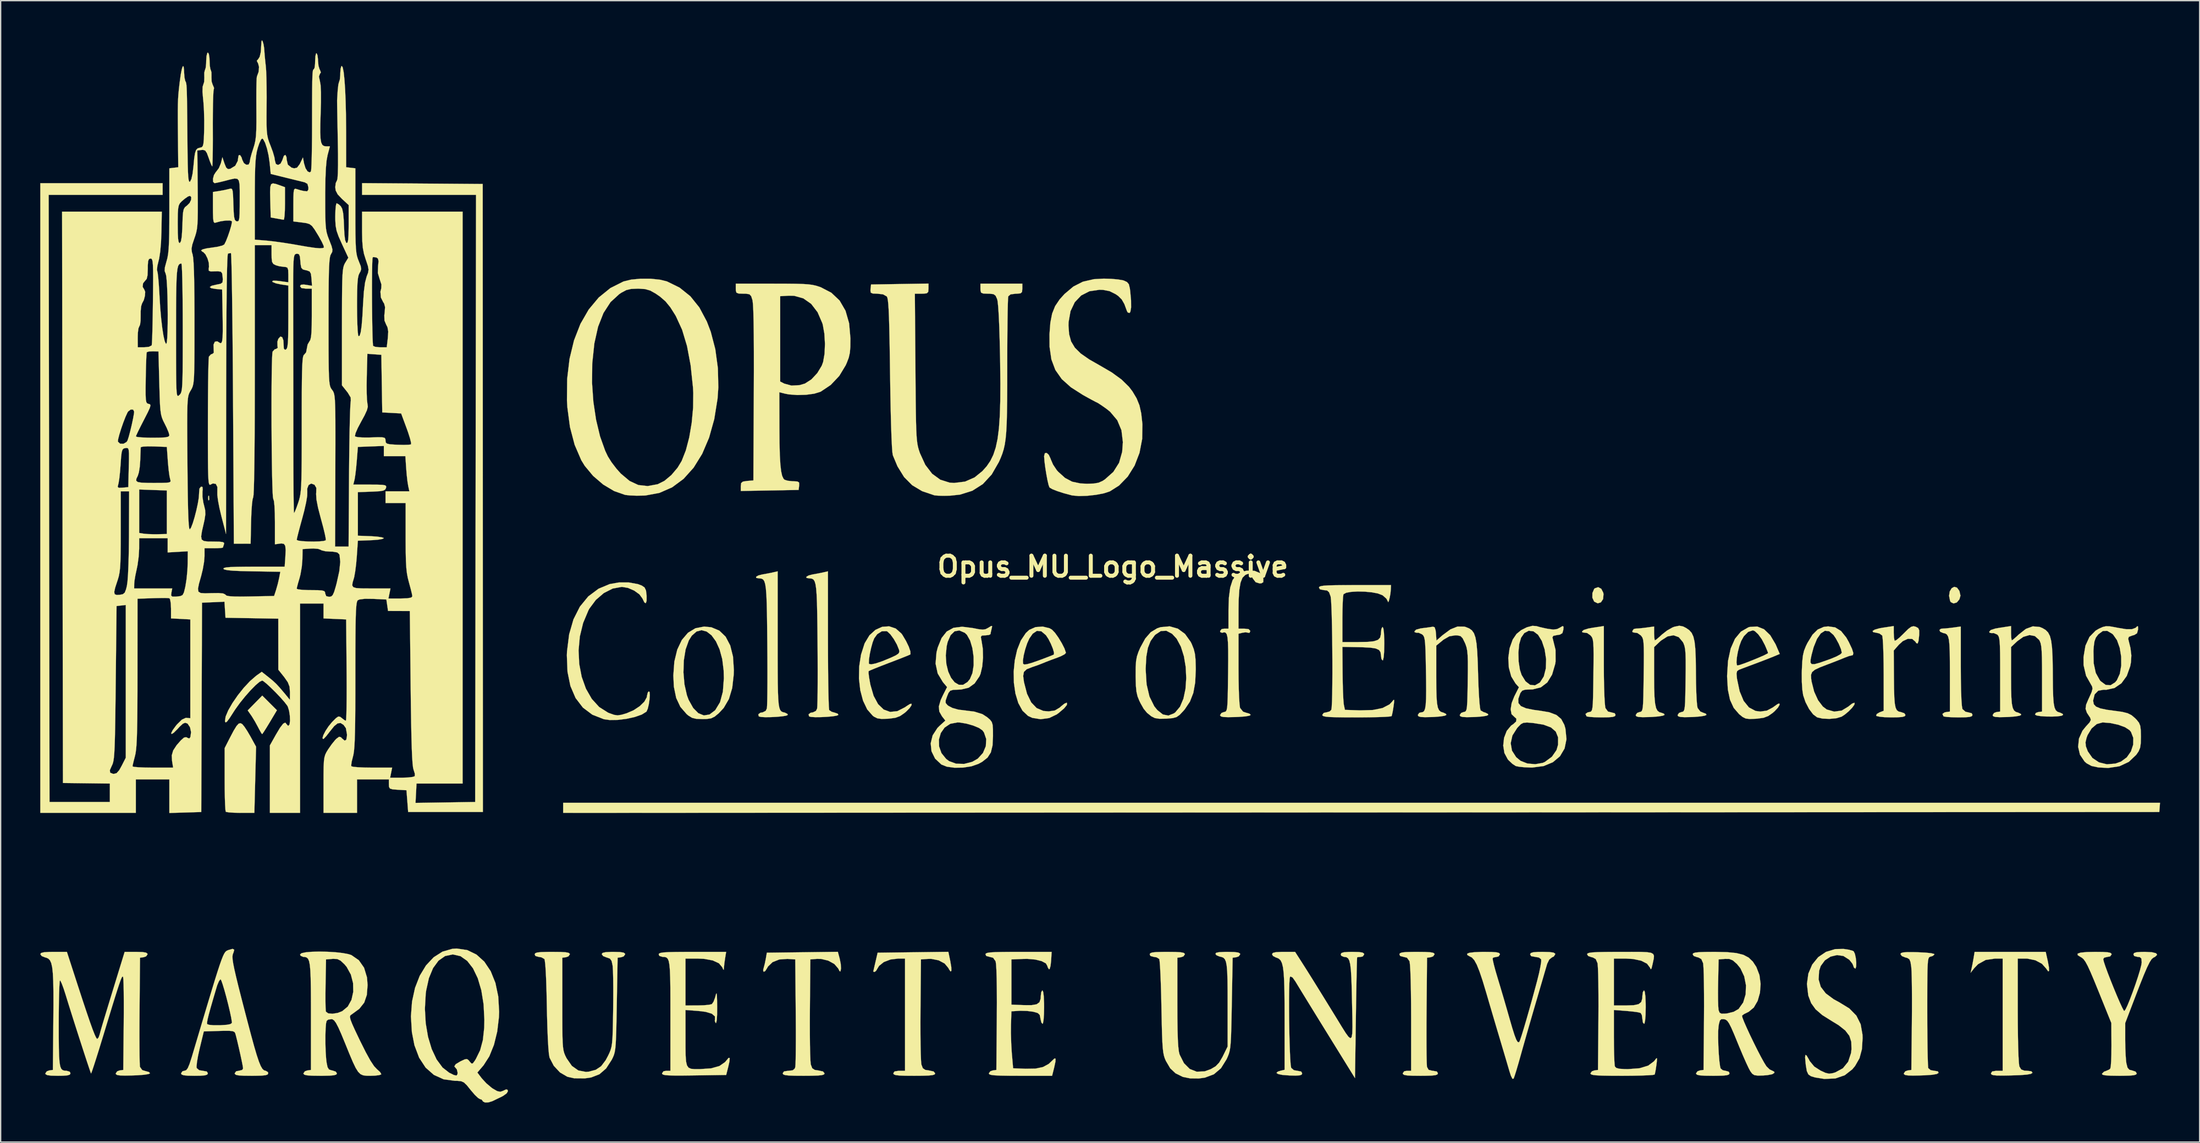
<source format=kicad_pcb>
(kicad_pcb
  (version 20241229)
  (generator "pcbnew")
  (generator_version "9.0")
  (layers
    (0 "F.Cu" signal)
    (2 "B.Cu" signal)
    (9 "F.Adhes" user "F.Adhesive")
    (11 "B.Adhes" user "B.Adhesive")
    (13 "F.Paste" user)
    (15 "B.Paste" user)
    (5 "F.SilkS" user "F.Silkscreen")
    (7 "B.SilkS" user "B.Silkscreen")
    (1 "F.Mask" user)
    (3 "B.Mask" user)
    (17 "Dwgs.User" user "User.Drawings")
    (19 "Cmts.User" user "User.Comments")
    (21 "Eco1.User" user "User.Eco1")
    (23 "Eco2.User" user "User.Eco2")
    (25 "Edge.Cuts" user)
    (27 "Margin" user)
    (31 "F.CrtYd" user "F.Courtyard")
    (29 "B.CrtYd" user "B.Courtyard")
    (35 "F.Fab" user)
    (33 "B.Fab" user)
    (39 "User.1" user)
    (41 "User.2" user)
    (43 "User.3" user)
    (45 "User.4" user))
  (footprint "Opus_MU_Logo_Massive"
    (layer "F.Cu")
    (at 81.285 39.922)
    (property "Reference" "Opus_MU_Logo_Massive" (at 0 0 0) (layer "F.SilkS") (effects (font (size 1.524 1.524) (thickness 0.3))))
    (attr through_hole)
    (fp_poly (pts (xy -68.496 -5.366) (xy -68.479 -5.106) (xy -68.496 -5.048) (xy -68.542 -5.032) (xy -68.56 -5.207) (xy -68.54 -5.387) (xy -68.496 -5.366)) (stroke (width 0.01) (type solid)) (fill yes) (layer "F.SilkS"))
    (fp_poly (pts (xy 79.333 18.256) (xy 79.306 18.605) (xy 18.825 18.637) (xy -41.656 18.669) (xy -41.656 17.907) (xy 79.36 17.907) (xy 79.333 18.256)) (stroke (width 0.01) (type solid)) (fill yes) (layer "F.SilkS"))
    (fp_poly (pts (xy 63.976 1.59) (xy 64.158 1.841) (xy 64.238 2.197) (xy 64.158 2.477) (xy 63.961 2.714) (xy 63.714 2.789) (xy 63.504 2.687) (xy 63.45 2.593) (xy 63.374 2.208) (xy 63.425 1.876) (xy 63.568 1.636) (xy 63.764 1.527) (xy 63.976 1.59)) (stroke (width 0.01) (type solid)) (fill yes) (layer "F.SilkS"))
    (fp_poly (pts (xy 37.017 1.676) (xy 37.169 1.974) (xy 37.188 2.084) (xy 37.155 2.456) (xy 36.991 2.702) (xy 36.75 2.781) (xy 36.485 2.652) (xy 36.474 2.642) (xy 36.342 2.357) (xy 36.345 1.995) (xy 36.475 1.691) (xy 36.523 1.642) (xy 36.782 1.553) (xy 37.017 1.676)) (stroke (width 0.01) (type solid)) (fill yes) (layer "F.SilkS"))
    (fp_poly (pts (xy -63.348 10.887) (xy -63.888 11.794) (xy -64.14 12.208) (xy -64.34 12.523) (xy -64.456 12.688) (xy -64.47 12.7) (xy -64.546 12.598) (xy -64.692 12.337) (xy -64.784 12.16) (xy -65.011 11.742) (xy -65.247 11.355) (xy -65.311 11.261) (xy -65.564 10.901) (xy -65.012 10.338) (xy -64.46 9.775) (xy -63.348 10.887)) (stroke (width 0.01) (type solid)) (fill yes) (layer "F.SilkS"))
    (fp_poly (pts (xy -63.422 -29.022) (xy -63.16 -28.93) (xy -62.738 -28.778) (xy -62.738 -27.533) (xy -62.747 -27.009) (xy -62.771 -26.597) (xy -62.807 -26.351) (xy -62.833 -26.306) (xy -63.012 -26.337) (xy -63.326 -26.393) (xy -63.373 -26.401) (xy -63.818 -26.48) (xy -63.854 -27.781) (xy -63.867 -28.394) (xy -63.852 -28.789) (xy -63.788 -29.002) (xy -63.651 -29.067) (xy -63.422 -29.022)) (stroke (width 0.01) (type solid)) (fill yes) (layer "F.SilkS"))
    (fp_poly (pts (xy -65.976 11.939) (xy -65.815 12.131) (xy -65.589 12.473) (xy -65.353 12.878) (xy -64.928 13.652) (xy -64.993 16.161) (xy -65.057 18.669) (xy -66.099 18.669) (xy -66.591 18.659) (xy -66.98 18.634) (xy -67.202 18.597) (xy -67.225 18.584) (xy -67.252 18.436) (xy -67.275 18.075) (xy -67.294 17.543) (xy -67.306 16.881) (xy -67.31 16.129) (xy -67.31 13.757) (xy -66.928 13.006) (xy -66.633 12.445) (xy -66.415 12.088) (xy -66.248 11.904) (xy -66.108 11.867) (xy -65.976 11.939)) (stroke (width 0.01) (type solid)) (fill yes) (layer "F.SilkS"))
    (fp_poly (pts (xy 64.262 7.548) (xy 64.268 8.547) (xy 64.284 9.395) (xy 64.31 10.068) (xy 64.344 10.54) (xy 64.386 10.787) (xy 64.393 10.803) (xy 64.623 11.002) (xy 64.838 11.049) (xy 65.09 11.116) (xy 65.151 11.239) (xy 65.104 11.336) (xy 64.935 11.394) (xy 64.598 11.423) (xy 64.093 11.43) (xy 63.597 11.42) (xy 63.203 11.395) (xy 62.976 11.359) (xy 62.95 11.345) (xy 62.871 11.168) (xy 63.032 11.051) (xy 63.151 11.026) (xy 63.437 10.986) (xy 63.437 8.166) (xy 63.434 7.205) (xy 63.425 6.468) (xy 63.402 5.924) (xy 63.362 5.542) (xy 63.299 5.292) (xy 63.209 5.144) (xy 63.085 5.066) (xy 62.924 5.029) (xy 62.92 5.028) (xy 62.704 4.937) (xy 62.642 4.802) (xy 62.755 4.707) (xy 62.837 4.699) (xy 63.111 4.682) (xy 63.509 4.64) (xy 63.673 4.618) (xy 64.262 4.537) (xy 64.262 7.548)) (stroke (width 0.01) (type solid)) (fill yes) (layer "F.SilkS"))
    (fp_poly (pts (xy 37.211 7.45) (xy 37.216 8.308) (xy 37.231 9.097) (xy 37.253 9.775) (xy 37.282 10.302) (xy 37.316 10.637) (xy 37.335 10.723) (xy 37.525 10.986) (xy 37.779 11.049) (xy 38.037 11.115) (xy 38.1 11.239) (xy 38.053 11.336) (xy 37.884 11.394) (xy 37.547 11.423) (xy 37.042 11.43) (xy 36.546 11.42) (xy 36.152 11.395) (xy 35.925 11.359) (xy 35.899 11.345) (xy 35.82 11.168) (xy 35.981 11.051) (xy 36.1 11.026) (xy 36.193 11.007) (xy 36.264 10.96) (xy 36.316 10.851) (xy 36.353 10.651) (xy 36.378 10.325) (xy 36.395 9.843) (xy 36.407 9.173) (xy 36.419 8.283) (xy 36.42 8.226) (xy 36.43 7.319) (xy 36.433 6.631) (xy 36.427 6.128) (xy 36.409 5.776) (xy 36.376 5.539) (xy 36.326 5.382) (xy 36.255 5.273) (xy 36.188 5.2) (xy 35.942 5.03) (xy 35.741 5.003) (xy 35.584 4.982) (xy 35.56 4.912) (xy 35.682 4.8) (xy 36.025 4.693) (xy 36.386 4.627) (xy 37.211 4.502) (xy 37.211 7.45)) (stroke (width 0.01) (type solid)) (fill yes) (layer "F.SilkS"))
    (fp_poly (pts (xy -21.588 5.541) (xy -21.585 6.669) (xy -21.579 7.719) (xy -21.568 8.664) (xy -21.555 9.476) (xy -21.539 10.129) (xy -21.521 10.594) (xy -21.501 10.844) (xy -21.493 10.877) (xy -21.305 11.006) (xy -21.082 11.068) (xy -20.855 11.144) (xy -20.795 11.239) (xy -20.926 11.298) (xy -21.238 11.349) (xy -21.661 11.387) (xy -22.123 11.41) (xy -22.552 11.414) (xy -22.877 11.394) (xy -23.021 11.353) (xy -23.058 11.197) (xy -22.905 11.077) (xy -22.728 11.049) (xy -22.498 10.936) (xy -22.41 10.757) (xy -22.395 10.565) (xy -22.382 10.15) (xy -22.373 9.543) (xy -22.368 8.775) (xy -22.367 7.875) (xy -22.37 6.875) (xy -22.376 5.886) (xy -22.388 4.629) (xy -22.402 3.602) (xy -22.42 2.782) (xy -22.446 2.147) (xy -22.482 1.672) (xy -22.533 1.334) (xy -22.599 1.111) (xy -22.685 0.978) (xy -22.793 0.912) (xy -22.926 0.891) (xy -23.003 0.889) (xy -23.217 0.852) (xy -23.222 0.764) (xy -23.047 0.663) (xy -22.765 0.591) (xy -22.341 0.515) (xy -21.959 0.437) (xy -21.939 0.432) (xy -21.59 0.351) (xy -21.588 5.541)) (stroke (width 0.01) (type solid)) (fill yes) (layer "F.SilkS"))
    (fp_poly (pts (xy 23.665 29.216) (xy 24.065 29.239) (xy 24.289 29.284) (xy 24.378 29.356) (xy 24.384 29.392) (xy 24.276 29.549) (xy 24.098 29.614) (xy 23.812 29.654) (xy 23.777 33.655) (xy 23.77 34.65) (xy 23.769 35.573) (xy 23.771 36.391) (xy 23.778 37.07) (xy 23.789 37.578) (xy 23.803 37.88) (xy 23.811 37.941) (xy 23.935 38.157) (xy 24.209 38.226) (xy 24.259 38.227) (xy 24.56 38.284) (xy 24.638 38.417) (xy 24.597 38.504) (xy 24.447 38.561) (xy 24.147 38.593) (xy 23.656 38.606) (xy 23.305 38.608) (xy 22.696 38.602) (xy 22.299 38.581) (xy 22.075 38.538) (xy 21.982 38.468) (xy 21.971 38.417) (xy 22.081 38.264) (xy 22.288 38.227) (xy 22.606 38.227) (xy 22.606 34.235) (xy 22.602 33.178) (xy 22.591 32.218) (xy 22.573 31.385) (xy 22.55 30.71) (xy 22.522 30.221) (xy 22.491 29.948) (xy 22.482 29.917) (xy 22.292 29.654) (xy 22.038 29.591) (xy 21.78 29.525) (xy 21.717 29.401) (xy 21.758 29.314) (xy 21.908 29.257) (xy 22.208 29.225) (xy 22.699 29.212) (xy 23.05 29.21) (xy 23.665 29.216)) (stroke (width 0.01) (type solid)) (fill yes) (layer "F.SilkS"))
    (fp_poly (pts (xy 70.857 29.918) (xy 70.943 30.38) (xy 70.953 30.644) (xy 70.89 30.693) (xy 70.758 30.514) (xy 70.741 30.484) (xy 70.41 30.111) (xy 69.909 29.845) (xy 69.312 29.723) (xy 69.183 29.718) (xy 68.58 29.718) (xy 68.58 33.647) (xy 68.584 34.692) (xy 68.595 35.642) (xy 68.613 36.465) (xy 68.636 37.132) (xy 68.665 37.612) (xy 68.696 37.876) (xy 68.704 37.901) (xy 68.841 38.128) (xy 69.078 38.217) (xy 69.286 38.227) (xy 69.609 38.263) (xy 69.695 38.371) (xy 69.691 38.386) (xy 69.574 38.462) (xy 69.264 38.519) (xy 68.74 38.558) (xy 68.093 38.58) (xy 67.435 38.591) (xy 66.991 38.586) (xy 66.722 38.56) (xy 66.587 38.509) (xy 66.548 38.429) (xy 66.548 38.421) (xy 66.639 38.279) (xy 66.935 38.228) (xy 66.993 38.227) (xy 67.437 38.227) (xy 67.437 29.718) (xy 66.859 29.718) (xy 66.149 29.823) (xy 65.573 30.142) (xy 65.282 30.445) (xy 65.005 30.797) (xy 65.078 30.48) (xy 65.15 30.134) (xy 65.225 29.72) (xy 65.231 29.686) (xy 65.31 29.21) (xy 70.699 29.21) (xy 70.857 29.918)) (stroke (width 0.01) (type solid)) (fill yes) (layer "F.SilkS"))
    (fp_poly (pts (xy -25.4 5.558) (xy -25.4 6.869) (xy -25.397 7.949) (xy -25.391 8.821) (xy -25.377 9.508) (xy -25.355 10.033) (xy -25.322 10.418) (xy -25.275 10.687) (xy -25.212 10.862) (xy -25.132 10.967) (xy -25.031 11.024) (xy -24.908 11.056) (xy -24.854 11.067) (xy -24.664 11.164) (xy -24.631 11.239) (xy -24.749 11.298) (xy -25.05 11.348) (xy -25.464 11.387) (xy -25.92 11.41) (xy -26.347 11.415) (xy -26.675 11.396) (xy -26.831 11.353) (xy -26.868 11.197) (xy -26.715 11.077) (xy -26.538 11.049) (xy -26.308 10.935) (xy -26.219 10.75) (xy -26.203 10.557) (xy -26.19 10.14) (xy -26.181 9.532) (xy -26.175 8.762) (xy -26.174 7.861) (xy -26.178 6.861) (xy -26.185 5.88) (xy -26.197 4.623) (xy -26.211 3.597) (xy -26.229 2.778) (xy -26.256 2.144) (xy -26.293 1.669) (xy -26.343 1.333) (xy -26.41 1.11) (xy -26.496 0.977) (xy -26.604 0.912) (xy -26.738 0.891) (xy -26.813 0.889) (xy -27.027 0.852) (xy -27.032 0.764) (xy -26.857 0.663) (xy -26.575 0.591) (xy -26.151 0.515) (xy -25.769 0.437) (xy -25.749 0.432) (xy -25.4 0.351) (xy -25.4 5.558)) (stroke (width 0.01) (type solid)) (fill yes) (layer "F.SilkS"))
    (fp_poly (pts (xy -12.317 29.916) (xy -12.241 30.371) (xy -12.235 30.639) (xy -12.293 30.701) (xy -12.411 30.539) (xy -12.459 30.439) (xy -12.744 30.095) (xy -13.2 29.851) (xy -13.755 29.741) (xy -14.004 29.743) (xy -14.541 29.782) (xy -14.575 33.566) (xy -14.58 34.542) (xy -14.578 35.452) (xy -14.57 36.26) (xy -14.555 36.932) (xy -14.536 37.43) (xy -14.512 37.72) (xy -14.504 37.757) (xy -14.398 38.035) (xy -14.209 38.161) (xy -13.931 38.203) (xy -13.582 38.279) (xy -13.462 38.425) (xy -13.505 38.503) (xy -13.658 38.556) (xy -13.959 38.588) (xy -14.443 38.604) (xy -15.05 38.608) (xy -15.722 38.604) (xy -16.179 38.587) (xy -16.458 38.554) (xy -16.598 38.499) (xy -16.637 38.419) (xy -16.637 38.417) (xy -16.541 38.277) (xy -16.233 38.227) (xy -16.192 38.227) (xy -15.748 38.227) (xy -15.748 29.718) (xy -16.26 29.718) (xy -16.85 29.789) (xy -17.357 29.983) (xy -17.712 30.269) (xy -17.8 30.41) (xy -17.941 30.646) (xy -18.054 30.734) (xy -18.156 30.706) (xy -18.156 30.702) (xy -18.126 30.572) (xy -18.056 30.268) (xy -17.987 29.972) (xy -17.824 29.273) (xy -15.145 29.239) (xy -12.465 29.205) (xy -12.317 29.916)) (stroke (width 0.01) (type solid)) (fill yes) (layer "F.SilkS"))
    (fp_poly (pts (xy -30.428 4.595) (xy -29.823 4.847) (xy -29.344 5.31) (xy -28.996 5.971) (xy -28.785 6.816) (xy -28.719 7.832) (xy -28.729 8.178) (xy -28.844 9.201) (xy -29.093 10.034) (xy -29.487 10.71) (xy -29.861 11.111) (xy -30.17 11.367) (xy -30.441 11.501) (xy -30.783 11.551) (xy -31.111 11.557) (xy -31.573 11.539) (xy -31.887 11.463) (xy -32.159 11.296) (xy -32.301 11.177) (xy -32.774 10.632) (xy -33.092 9.952) (xy -33.266 9.105) (xy -33.307 8.255) (xy -33.29 8.02) (xy -32.541 8.02) (xy -32.463 8.925) (xy -32.277 9.749) (xy -32.148 10.097) (xy -31.802 10.716) (xy -31.41 11.112) (xy -30.991 11.28) (xy -30.565 11.21) (xy -30.15 10.897) (xy -30.123 10.866) (xy -29.767 10.276) (xy -29.552 9.477) (xy -29.478 8.471) (xy -29.494 7.868) (xy -29.6 7.01) (xy -29.802 6.269) (xy -30.079 5.662) (xy -30.411 5.206) (xy -30.78 4.919) (xy -31.166 4.816) (xy -31.548 4.916) (xy -31.908 5.234) (xy -32.134 5.595) (xy -32.377 6.276) (xy -32.512 7.111) (xy -32.541 8.02) (xy -33.29 8.02) (xy -33.23 7.196) (xy -33.011 6.292) (xy -32.664 5.559) (xy -32.2 5.013) (xy -31.631 4.668) (xy -30.97 4.541) (xy -30.428 4.595)) (stroke (width 0.01) (type solid)) (fill yes) (layer "F.SilkS"))
    (fp_poly (pts (xy 60.746 29.231) (xy 60.992 29.237) (xy 61.586 29.266) (xy 62.014 29.31) (xy 62.24 29.367) (xy 62.267 29.401) (xy 62.136 29.521) (xy 61.981 29.568) (xy 61.91 29.586) (xy 61.853 29.632) (xy 61.809 29.732) (xy 61.776 29.912) (xy 61.753 30.198) (xy 61.737 30.617) (xy 61.728 31.193) (xy 61.724 31.954) (xy 61.722 32.926) (xy 61.722 33.717) (xy 61.724 34.721) (xy 61.731 35.648) (xy 61.741 36.467) (xy 61.754 37.146) (xy 61.77 37.653) (xy 61.788 37.957) (xy 61.799 38.026) (xy 61.982 38.182) (xy 62.254 38.227) (xy 62.529 38.271) (xy 62.58 38.386) (xy 62.445 38.471) (xy 62.094 38.532) (xy 61.512 38.571) (xy 61.235 38.581) (xy 60.638 38.592) (xy 60.253 38.581) (xy 60.038 38.543) (xy 59.952 38.474) (xy 59.944 38.431) (xy 60.052 38.27) (xy 60.23 38.204) (xy 60.516 38.163) (xy 60.554 34.608) (xy 60.561 33.644) (xy 60.562 32.73) (xy 60.557 31.906) (xy 60.547 31.213) (xy 60.532 30.692) (xy 60.512 30.383) (xy 60.512 30.38) (xy 60.453 29.984) (xy 60.367 29.772) (xy 60.212 29.671) (xy 60.061 29.633) (xy 59.798 29.528) (xy 59.69 29.38) (xy 59.736 29.298) (xy 59.901 29.249) (xy 60.224 29.228) (xy 60.746 29.231)) (stroke (width 0.01) (type solid)) (fill yes) (layer "F.SilkS"))
    (fp_poly (pts (xy 59.182 5.024) (xy 59.198 5.368) (xy 59.239 5.59) (xy 59.256 5.619) (xy 59.373 5.572) (xy 59.611 5.379) (xy 59.919 5.081) (xy 59.934 5.066) (xy 60.271 4.732) (xy 60.501 4.559) (xy 60.682 4.514) (xy 60.845 4.552) (xy 61.035 4.656) (xy 61.113 4.829) (xy 61.111 5.157) (xy 61.106 5.222) (xy 61.057 5.644) (xy 60.99 5.83) (xy 60.893 5.798) (xy 60.817 5.682) (xy 60.581 5.48) (xy 60.248 5.471) (xy 59.872 5.643) (xy 59.576 5.91) (xy 59.182 6.359) (xy 59.195 8.355) (xy 59.204 9.237) (xy 59.224 9.897) (xy 59.261 10.37) (xy 59.321 10.685) (xy 59.412 10.878) (xy 59.538 10.98) (xy 59.708 11.023) (xy 59.727 11.026) (xy 59.984 11.115) (xy 60.071 11.248) (xy 60.018 11.34) (xy 59.83 11.396) (xy 59.466 11.424) (xy 58.999 11.43) (xy 58.501 11.416) (xy 58.105 11.378) (xy 57.877 11.324) (xy 57.848 11.303) (xy 57.892 11.173) (xy 58.095 11.052) (xy 58.42 10.928) (xy 58.418 8.163) (xy 58.412 7.342) (xy 58.398 6.602) (xy 58.376 5.981) (xy 58.348 5.52) (xy 58.316 5.258) (xy 58.303 5.218) (xy 58.094 5.066) (xy 57.899 5.018) (xy 57.624 4.966) (xy 57.577 4.879) (xy 57.736 4.777) (xy 58.08 4.677) (xy 58.355 4.627) (xy 59.182 4.502) (xy 59.182 5.024)) (stroke (width 0.01) (type solid)) (fill yes) (layer "F.SilkS"))
    (fp_poly (pts (xy -20.699 29.725) (xy -20.62 30.122) (xy -20.599 30.46) (xy -20.606 30.522) (xy -20.647 30.698) (xy -20.709 30.669) (xy -20.818 30.461) (xy -21.108 30.128) (xy -21.563 29.877) (xy -22.099 29.746) (xy -22.424 29.741) (xy -22.924 29.782) (xy -22.957 33.566) (xy -22.962 34.542) (xy -22.96 35.452) (xy -22.952 36.26) (xy -22.937 36.932) (xy -22.918 37.43) (xy -22.894 37.72) (xy -22.886 37.757) (xy -22.78 38.035) (xy -22.591 38.161) (xy -22.313 38.203) (xy -21.964 38.279) (xy -21.844 38.425) (xy -21.887 38.503) (xy -22.04 38.556) (xy -22.341 38.588) (xy -22.825 38.604) (xy -23.431 38.608) (xy -24.104 38.604) (xy -24.561 38.587) (xy -24.84 38.554) (xy -24.98 38.499) (xy -25.019 38.419) (xy -25.019 38.417) (xy -24.922 38.276) (xy -24.613 38.227) (xy -24.577 38.227) (xy -24.257 38.191) (xy -24.103 38.053) (xy -24.065 37.941) (xy -24.049 37.746) (xy -24.036 37.331) (xy -24.028 36.729) (xy -24.023 35.973) (xy -24.023 35.098) (xy -24.028 34.137) (xy -24.031 33.718) (xy -24.067 29.782) (xy -24.663 29.743) (xy -25.28 29.788) (xy -25.789 29.99) (xy -26.135 30.324) (xy -26.188 30.423) (xy -26.34 30.663) (xy -26.462 30.724) (xy -26.501 30.602) (xy -26.466 30.448) (xy -26.379 30.12) (xy -26.298 29.726) (xy -26.297 29.718) (xy -26.221 29.273) (xy -20.839 29.205) (xy -20.699 29.725)) (stroke (width 0.01) (type solid)) (fill yes) (layer "F.SilkS"))
    (fp_poly (pts (xy -36.677 1.197) (xy -35.993 1.321) (xy -35.697 1.433) (xy -35.487 1.577) (xy -35.379 1.803) (xy -35.331 2.192) (xy -35.332 2.595) (xy -35.394 2.771) (xy -35.504 2.71) (xy -35.649 2.411) (xy -35.879 2.098) (xy -36.274 1.814) (xy -36.748 1.609) (xy -37.211 1.532) (xy -37.898 1.658) (xy -38.571 1.999) (xy -39.179 2.52) (xy -39.672 3.184) (xy -39.736 3.301) (xy -40.144 4.272) (xy -40.393 5.299) (xy -40.488 6.346) (xy -40.438 7.378) (xy -40.25 8.358) (xy -39.93 9.253) (xy -39.487 10.027) (xy -38.926 10.643) (xy -38.256 11.067) (xy -38.147 11.112) (xy -37.796 11.235) (xy -37.53 11.274) (xy -37.24 11.23) (xy -36.847 11.115) (xy -36.32 10.888) (xy -35.853 10.579) (xy -35.502 10.234) (xy -35.319 9.901) (xy -35.306 9.799) (xy -35.245 9.547) (xy -35.168 9.455) (xy -35.104 9.51) (xy -35.088 9.742) (xy -35.112 10.076) (xy -35.166 10.441) (xy -35.243 10.766) (xy -35.333 10.977) (xy -35.352 10.999) (xy -35.701 11.215) (xy -36.229 11.4) (xy -36.86 11.539) (xy -37.52 11.62) (xy -38.133 11.629) (xy -38.57 11.568) (xy -39.444 11.225) (xy -40.16 10.687) (xy -40.716 9.96) (xy -41.106 9.052) (xy -41.328 7.969) (xy -41.377 6.718) (xy -41.365 6.426) (xy -41.203 5.131) (xy -40.876 3.996) (xy -40.391 3.034) (xy -39.755 2.256) (xy -38.977 1.673) (xy -38.134 1.32) (xy -37.426 1.195) (xy -36.677 1.197)) (stroke (width 0.01) (type solid)) (fill yes) (layer "F.SilkS"))
    (fp_poly (pts (xy 4.929 4.701) (xy 5.471 5.101) (xy 5.904 5.708) (xy 5.983 5.87) (xy 6.131 6.242) (xy 6.222 6.611) (xy 6.269 7.056) (xy 6.285 7.659) (xy 6.286 7.811) (xy 6.242 8.786) (xy 6.1 9.575) (xy 5.843 10.233) (xy 5.454 10.814) (xy 5.347 10.939) (xy 5.068 11.235) (xy 4.833 11.402) (xy 4.545 11.484) (xy 4.11 11.523) (xy 4.053 11.527) (xy 3.536 11.536) (xy 3.186 11.482) (xy 2.924 11.351) (xy 2.921 11.349) (xy 2.59 11.082) (xy 2.338 10.777) (xy 2.096 10.349) (xy 2.004 10.16) (xy 1.873 9.834) (xy 1.791 9.477) (xy 1.746 9.02) (xy 1.729 8.393) (xy 1.728 8.255) (xy 1.731 7.811) (xy 2.49 7.811) (xy 2.559 8.92) (xy 2.777 9.85) (xy 3.142 10.588) (xy 3.371 10.873) (xy 3.793 11.207) (xy 4.205 11.291) (xy 4.626 11.127) (xy 4.731 11.051) (xy 5.092 10.619) (xy 5.351 10.007) (xy 5.507 9.267) (xy 5.564 8.451) (xy 5.524 7.611) (xy 5.388 6.799) (xy 5.158 6.065) (xy 4.837 5.463) (xy 4.495 5.092) (xy 4.056 4.86) (xy 3.639 4.879) (xy 3.231 5.151) (xy 3.164 5.219) (xy 2.862 5.636) (xy 2.657 6.159) (xy 2.537 6.833) (xy 2.491 7.703) (xy 2.49 7.811) (xy 1.731 7.811) (xy 1.732 7.623) (xy 1.76 7.167) (xy 1.825 6.807) (xy 1.939 6.465) (xy 2.079 6.14) (xy 2.457 5.447) (xy 2.872 4.97) (xy 3.361 4.673) (xy 3.627 4.585) (xy 4.305 4.524) (xy 4.929 4.701)) (stroke (width 0.01) (type solid)) (fill yes) (layer "F.SilkS"))
    (fp_poly (pts (xy 55.776 29.045) (xy 56.067 29.127) (xy 56.149 29.174) (xy 56.24 29.365) (xy 56.306 29.677) (xy 56.341 30.024) (xy 56.335 30.319) (xy 56.282 30.473) (xy 56.262 30.48) (xy 56.146 30.378) (xy 56.134 30.307) (xy 56.05 30.109) (xy 55.844 29.845) (xy 55.799 29.799) (xy 55.366 29.522) (xy 54.878 29.453) (xy 54.391 29.571) (xy 53.962 29.853) (xy 53.648 30.28) (xy 53.526 30.649) (xy 53.488 31.301) (xy 53.65 31.862) (xy 54.027 32.355) (xy 54.634 32.805) (xy 55.051 33.032) (xy 55.814 33.5) (xy 56.348 34.044) (xy 56.674 34.695) (xy 56.813 35.486) (xy 56.822 35.751) (xy 56.769 36.595) (xy 56.587 37.276) (xy 56.252 37.861) (xy 56.043 38.114) (xy 55.469 38.565) (xy 54.757 38.81) (xy 53.923 38.846) (xy 53.233 38.736) (xy 52.907 38.64) (xy 52.709 38.5) (xy 52.595 38.255) (xy 52.523 37.84) (xy 52.502 37.654) (xy 52.464 37.216) (xy 52.486 37.022) (xy 52.575 37.067) (xy 52.74 37.347) (xy 52.811 37.487) (xy 53.159 37.909) (xy 53.634 38.213) (xy 54.013 38.386) (xy 54.282 38.447) (xy 54.552 38.41) (xy 54.758 38.347) (xy 55.329 38.036) (xy 55.727 37.543) (xy 55.946 36.879) (xy 55.979 36.595) (xy 55.965 36.039) (xy 55.818 35.578) (xy 55.506 35.169) (xy 55.001 34.769) (xy 54.48 34.452) (xy 53.766 34.003) (xy 53.26 33.567) (xy 52.924 33.1) (xy 52.717 32.559) (xy 52.7 32.491) (xy 52.602 31.641) (xy 52.71 30.857) (xy 53.003 30.17) (xy 53.456 29.611) (xy 54.045 29.211) (xy 54.749 28.999) (xy 55.381 28.986) (xy 55.776 29.045)) (stroke (width 0.01) (type solid)) (fill yes) (layer "F.SilkS"))
    (fp_poly (pts (xy -4.8 4.667) (xy -4.604 4.782) (xy -4.384 5.012) (xy -4.123 5.378) (xy -3.868 5.801) (xy -3.665 6.2) (xy -3.563 6.498) (xy -3.558 6.542) (xy -3.667 6.652) (xy -3.949 6.797) (xy -4.223 6.905) (xy -4.679 7.071) (xy -5.101 7.234) (xy -5.271 7.305) (xy -5.665 7.46) (xy -6.098 7.609) (xy -6.118 7.616) (xy -6.524 7.775) (xy -6.738 7.977) (xy -6.794 8.288) (xy -6.733 8.755) (xy -6.502 9.639) (xy -6.186 10.29) (xy -5.775 10.721) (xy -5.261 10.94) (xy -4.859 10.973) (xy -4.397 10.906) (xy -4.032 10.69) (xy -3.934 10.601) (xy -3.683 10.396) (xy -3.506 10.316) (xy -3.476 10.325) (xy -3.481 10.485) (xy -3.693 10.746) (xy -4.094 11.087) (xy -4.242 11.197) (xy -4.82 11.477) (xy -5.469 11.568) (xy -6.102 11.466) (xy -6.428 11.315) (xy -6.847 10.92) (xy -7.165 10.339) (xy -7.382 9.62) (xy -7.498 8.809) (xy -7.514 7.955) (xy -7.432 7.11) (xy -6.813 7.11) (xy -6.801 7.352) (xy -6.792 7.37) (xy -6.702 7.416) (xy -6.502 7.395) (xy -6.158 7.298) (xy -5.633 7.116) (xy -5.271 6.982) (xy -4.872 6.83) (xy -4.581 6.714) (xy -4.468 6.663) (xy -4.46 6.509) (xy -4.546 6.211) (xy -4.698 5.843) (xy -4.882 5.48) (xy -5.069 5.198) (xy -5.075 5.192) (xy -5.418 4.901) (xy -5.75 4.865) (xy -6.071 5.082) (xy -6.325 5.444) (xy -6.49 5.809) (xy -6.639 6.261) (xy -6.753 6.72) (xy -6.813 7.11) (xy -7.432 7.11) (xy -7.431 7.103) (xy -7.25 6.301) (xy -6.97 5.595) (xy -6.594 5.033) (xy -6.334 4.793) (xy -5.863 4.583) (xy -5.316 4.541) (xy -4.8 4.667)) (stroke (width 0.01) (type solid)) (fill yes) (layer "F.SilkS"))
    (fp_poly (pts (xy 49.356 4.748) (xy 49.822 5.198) (xy 50.224 5.877) (xy 50.282 6.008) (xy 50.543 6.618) (xy 50.07 6.816) (xy 49.715 6.958) (xy 49.223 7.149) (xy 48.693 7.35) (xy 48.642 7.369) (xy 48.16 7.549) (xy 47.748 7.704) (xy 47.483 7.806) (xy 47.455 7.817) (xy 47.314 7.914) (xy 47.267 8.102) (xy 47.297 8.456) (xy 47.302 8.495) (xy 47.503 9.448) (xy 47.805 10.175) (xy 48.206 10.672) (xy 48.705 10.938) (xy 49.072 10.986) (xy 49.565 10.916) (xy 50.017 10.676) (xy 50.092 10.62) (xy 50.379 10.417) (xy 50.512 10.37) (xy 50.529 10.469) (xy 50.527 10.48) (xy 50.406 10.689) (xy 50.152 10.962) (xy 50.002 11.093) (xy 49.663 11.328) (xy 49.316 11.459) (xy 48.849 11.524) (xy 48.72 11.533) (xy 48.266 11.551) (xy 47.97 11.517) (xy 47.734 11.403) (xy 47.463 11.184) (xy 47.055 10.71) (xy 46.774 10.101) (xy 46.61 9.325) (xy 46.553 8.348) (xy 46.553 8.255) (xy 46.615 7.255) (xy 47.264 7.255) (xy 47.296 7.464) (xy 47.338 7.493) (xy 47.517 7.449) (xy 47.85 7.336) (xy 48.148 7.223) (xy 48.855 6.938) (xy 49.345 6.725) (xy 49.61 6.589) (xy 49.657 6.545) (xy 49.611 6.411) (xy 49.493 6.125) (xy 49.417 5.948) (xy 49.18 5.499) (xy 48.909 5.125) (xy 48.651 4.884) (xy 48.501 4.826) (xy 48.149 4.946) (xy 47.821 5.276) (xy 47.621 5.631) (xy 47.479 6.024) (xy 47.366 6.47) (xy 47.291 6.902) (xy 47.264 7.255) (xy 46.615 7.255) (xy 46.622 7.142) (xy 46.823 6.208) (xy 47.15 5.466) (xy 47.597 4.927) (xy 48.159 4.603) (xy 48.27 4.569) (xy 48.835 4.537) (xy 49.356 4.748)) (stroke (width 0.01) (type solid)) (fill yes) (layer "F.SilkS"))
    (fp_poly (pts (xy 10.741 0.316) (xy 11.154 0.484) (xy 11.378 0.791) (xy 11.407 0.924) (xy 11.401 1.176) (xy 11.258 1.263) (xy 11.124 1.27) (xy 10.826 1.178) (xy 10.604 0.889) (xy 10.446 0.612) (xy 10.313 0.525) (xy 10.118 0.59) (xy 10.03 0.636) (xy 9.829 0.835) (xy 9.682 1.201) (xy 9.586 1.756) (xy 9.536 2.523) (xy 9.526 3.207) (xy 9.525 4.699) (xy 9.97 4.699) (xy 10.293 4.738) (xy 10.412 4.865) (xy 10.414 4.897) (xy 10.349 5.026) (xy 10.28 5.012) (xy 10.063 4.977) (xy 9.835 5.007) (xy 9.525 5.085) (xy 9.525 7.741) (xy 9.531 8.556) (xy 9.546 9.302) (xy 9.57 9.933) (xy 9.601 10.408) (xy 9.636 10.683) (xy 9.645 10.714) (xy 9.873 10.997) (xy 10.094 11.072) (xy 10.349 11.145) (xy 10.45 11.239) (xy 10.344 11.303) (xy 10.023 11.357) (xy 9.525 11.394) (xy 9.303 11.403) (xy 8.738 11.414) (xy 8.383 11.4) (xy 8.195 11.356) (xy 8.13 11.277) (xy 8.128 11.253) (xy 8.236 11.092) (xy 8.414 11.026) (xy 8.505 11.008) (xy 8.575 10.962) (xy 8.627 10.858) (xy 8.664 10.664) (xy 8.689 10.349) (xy 8.706 9.883) (xy 8.719 9.234) (xy 8.73 8.371) (xy 8.734 8.074) (xy 8.743 7.084) (xy 8.741 6.322) (xy 8.725 5.76) (xy 8.691 5.371) (xy 8.634 5.129) (xy 8.551 5.006) (xy 8.437 4.976) (xy 8.29 5.013) (xy 8.287 5.014) (xy 8.148 4.968) (xy 8.128 4.886) (xy 8.239 4.737) (xy 8.445 4.699) (xy 8.763 4.699) (xy 8.764 3.334) (xy 8.795 2.345) (xy 8.896 1.581) (xy 9.077 1.017) (xy 9.349 0.63) (xy 9.722 0.398) (xy 10.164 0.3) (xy 10.741 0.316)) (stroke (width 0.01) (type solid)) (fill yes) (layer "F.SilkS"))
    (fp_poly (pts (xy 54.738 4.603) (xy 55.187 4.879) (xy 55.586 5.375) (xy 55.783 5.728) (xy 56.018 6.229) (xy 56.118 6.545) (xy 56.088 6.702) (xy 55.994 6.731) (xy 55.79 6.778) (xy 55.481 6.893) (xy 55.455 6.904) (xy 55.134 7.036) (xy 54.673 7.218) (xy 54.17 7.41) (xy 54.153 7.416) (xy 53.577 7.639) (xy 53.204 7.816) (xy 52.995 7.99) (xy 52.914 8.2) (xy 52.924 8.487) (xy 52.96 8.726) (xy 53.151 9.48) (xy 53.445 10.126) (xy 53.812 10.61) (xy 54.108 10.831) (xy 54.673 10.991) (xy 55.24 10.911) (xy 55.753 10.6) (xy 55.783 10.572) (xy 56.027 10.381) (xy 56.197 10.319) (xy 56.219 10.329) (xy 56.197 10.467) (xy 56.027 10.7) (xy 55.763 10.972) (xy 55.459 11.225) (xy 55.22 11.378) (xy 54.831 11.494) (xy 54.314 11.543) (xy 53.788 11.521) (xy 53.378 11.428) (xy 53.072 11.199) (xy 52.763 10.79) (xy 52.493 10.27) (xy 52.317 9.75) (xy 52.252 9.326) (xy 52.215 8.735) (xy 52.21 8.06) (xy 52.217 7.831) (xy 52.245 7.273) (xy 52.874 7.273) (xy 52.961 7.387) (xy 53.176 7.392) (xy 53.549 7.292) (xy 54.114 7.095) (xy 54.451 6.972) (xy 54.854 6.803) (xy 55.139 6.644) (xy 55.245 6.531) (xy 55.179 6.241) (xy 55.011 5.841) (xy 54.787 5.43) (xy 54.612 5.175) (xy 54.29 4.896) (xy 53.967 4.86) (xy 53.655 5.056) (xy 53.366 5.473) (xy 53.112 6.101) (xy 52.953 6.692) (xy 52.882 7.044) (xy 52.874 7.273) (xy 52.245 7.273) (xy 52.248 7.195) (xy 52.299 6.735) (xy 52.384 6.371) (xy 52.521 6.026) (xy 52.644 5.777) (xy 53.022 5.159) (xy 53.42 4.766) (xy 53.877 4.566) (xy 54.211 4.527) (xy 54.738 4.603)) (stroke (width 0.01) (type solid)) (fill yes) (layer "F.SilkS"))
    (fp_poly (pts (xy -16.451 4.69) (xy -16.023 5.068) (xy -15.941 5.182) (xy -15.67 5.639) (xy -15.463 6.07) (xy -15.343 6.42) (xy -15.333 6.632) (xy -15.356 6.661) (xy -15.513 6.731) (xy -15.858 6.87) (xy -16.341 7.06) (xy -16.913 7.279) (xy -16.956 7.295) (xy -17.527 7.515) (xy -18.006 7.705) (xy -18.348 7.846) (xy -18.503 7.92) (xy -18.506 7.922) (xy -18.512 8.068) (xy -18.472 8.397) (xy -18.393 8.845) (xy -18.371 8.958) (xy -18.127 9.797) (xy -17.788 10.425) (xy -17.367 10.833) (xy -16.878 11.013) (xy -16.334 10.957) (xy -15.747 10.658) (xy -15.651 10.588) (xy -15.374 10.411) (xy -15.247 10.398) (xy -15.259 10.514) (xy -15.401 10.723) (xy -15.664 10.991) (xy -15.784 11.093) (xy -16.127 11.33) (xy -16.48 11.461) (xy -16.956 11.525) (xy -17.054 11.532) (xy -17.529 11.546) (xy -17.844 11.501) (xy -18.092 11.38) (xy -18.196 11.303) (xy -18.613 10.827) (xy -18.929 10.166) (xy -19.14 9.369) (xy -19.239 8.487) (xy -19.222 7.57) (xy -19.181 7.302) (xy -18.491 7.302) (xy -18.474 7.373) (xy -18.313 7.407) (xy -17.969 7.337) (xy -17.488 7.175) (xy -17.335 7.114) (xy -16.787 6.886) (xy -16.437 6.72) (xy -16.247 6.59) (xy -16.179 6.468) (xy -16.195 6.328) (xy -16.2 6.31) (xy -16.363 5.906) (xy -16.598 5.49) (xy -16.855 5.135) (xy -17.084 4.918) (xy -17.141 4.891) (xy -17.507 4.898) (xy -17.855 5.119) (xy -18.084 5.436) (xy -18.202 5.739) (xy -18.317 6.156) (xy -18.415 6.609) (xy -18.478 7.017) (xy -18.491 7.302) (xy -19.181 7.302) (xy -19.083 6.669) (xy -18.817 5.833) (xy -18.8 5.795) (xy -18.444 5.204) (xy -17.988 4.79) (xy -17.476 4.559) (xy -16.95 4.523) (xy -16.451 4.69)) (stroke (width 0.01) (type solid)) (fill yes) (layer "F.SilkS"))
    (fp_poly (pts (xy -4.679 29.909) (xy -4.721 30.276) (xy -4.785 30.5) (xy -4.838 30.536) (xy -4.946 30.359) (xy -4.953 30.296) (xy -5.071 30.085) (xy -5.395 29.912) (xy -5.877 29.793) (xy -6.468 29.741) (xy -6.762 29.744) (xy -7.684 29.782) (xy -7.684 33.211) (xy -6.751 33.248) (xy -6.16 33.25) (xy -5.777 33.185) (xy -5.561 33.03) (xy -5.472 32.763) (xy -5.461 32.56) (xy -5.428 32.272) (xy -5.347 32.133) (xy -5.334 32.131) (xy -5.275 32.252) (xy -5.232 32.59) (xy -5.21 33.108) (xy -5.207 33.401) (xy -5.218 33.939) (xy -5.248 34.363) (xy -5.292 34.619) (xy -5.326 34.671) (xy -5.418 34.56) (xy -5.482 34.29) (xy -5.485 34.263) (xy -5.54 33.993) (xy -5.689 33.848) (xy -6.009 33.755) (xy -6.032 33.75) (xy -6.502 33.69) (xy -7.015 33.677) (xy -7.112 33.682) (xy -7.684 33.718) (xy -7.718 34.734) (xy -7.722 35.371) (xy -7.701 36.113) (xy -7.661 36.812) (xy -7.654 36.894) (xy -7.556 38.036) (xy -6.613 38.074) (xy -5.863 38.062) (xy -5.296 37.944) (xy -4.859 37.706) (xy -4.609 37.469) (xy -4.427 37.294) (xy -4.34 37.306) (xy -4.346 37.523) (xy -4.44 37.961) (xy -4.46 38.044) (xy -4.602 38.608) (xy -7 38.608) (xy -7.854 38.605) (xy -8.485 38.595) (xy -8.924 38.576) (xy -9.202 38.544) (xy -9.349 38.498) (xy -9.397 38.436) (xy -9.398 38.426) (xy -9.29 38.269) (xy -9.112 38.204) (xy -8.826 38.163) (xy -8.793 34.208) (xy -8.787 33.066) (xy -8.791 32.064) (xy -8.803 31.225) (xy -8.824 30.573) (xy -8.852 30.129) (xy -8.885 29.921) (xy -9.073 29.656) (xy -9.331 29.591) (xy -9.589 29.525) (xy -9.652 29.401) (xy -9.621 29.334) (xy -9.507 29.285) (xy -9.279 29.251) (xy -8.905 29.228) (xy -8.355 29.216) (xy -7.598 29.21) (xy -7.144 29.21) (xy -4.636 29.21) (xy -4.679 29.909)) (stroke (width 0.01) (type solid)) (fill yes) (layer "F.SilkS"))
    (fp_poly (pts (xy -29.382 29.686) (xy -29.438 30.073) (xy -29.469 30.389) (xy -29.471 30.416) (xy -29.488 30.578) (xy -29.54 30.515) (xy -29.597 30.379) (xy -29.852 30.075) (xy -30.324 29.859) (xy -30.988 29.739) (xy -31.492 29.718) (xy -32.385 29.718) (xy -32.385 33.274) (xy -31.464 33.272) (xy -30.989 33.258) (xy -30.607 33.223) (xy -30.395 33.175) (xy -30.388 33.171) (xy -30.262 32.993) (xy -30.141 32.671) (xy -30.115 32.57) (xy -30.063 32.382) (xy -30.027 32.361) (xy -30.005 32.53) (xy -29.991 32.913) (xy -29.985 33.377) (xy -29.99 33.979) (xy -30.017 34.395) (xy -30.063 34.598) (xy -30.093 34.611) (xy -30.168 34.445) (xy -30.154 34.378) (xy -30.153 34.104) (xy -30.388 33.899) (xy -30.863 33.758) (xy -31.405 33.692) (xy -32.385 33.618) (xy -32.383 35.573) (xy -32.383 36.434) (xy -32.374 37.074) (xy -32.341 37.525) (xy -32.272 37.82) (xy -32.151 37.993) (xy -31.965 38.075) (xy -31.699 38.1) (xy -31.338 38.1) (xy -31.287 38.1) (xy -30.442 38.042) (xy -29.811 37.864) (xy -29.381 37.563) (xy -29.293 37.454) (xy -29.116 37.244) (xy -29.035 37.26) (xy -29.05 37.507) (xy -29.14 37.91) (xy -29.301 38.544) (xy -31.732 38.579) (xy -32.584 38.589) (xy -33.215 38.589) (xy -33.655 38.578) (xy -33.937 38.554) (xy -34.094 38.514) (xy -34.157 38.456) (xy -34.163 38.42) (xy -34.053 38.264) (xy -33.846 38.227) (xy -33.528 38.227) (xy -33.528 34.061) (xy -33.529 32.879) (xy -33.533 31.926) (xy -33.545 31.178) (xy -33.567 30.609) (xy -33.603 30.196) (xy -33.655 29.913) (xy -33.728 29.735) (xy -33.825 29.639) (xy -33.948 29.599) (xy -34.102 29.591) (xy -34.125 29.591) (xy -34.361 29.52) (xy -34.417 29.401) (xy -34.386 29.335) (xy -34.273 29.286) (xy -34.046 29.251) (xy -33.676 29.229) (xy -33.13 29.216) (xy -32.378 29.211) (xy -31.86 29.21) (xy -29.304 29.21) (xy -29.382 29.686)) (stroke (width 0.01) (type solid)) (fill yes) (layer "F.SilkS"))
    (fp_poly (pts (xy 68.072 5.045) (xy 68.085 5.376) (xy 68.117 5.568) (xy 68.133 5.588) (xy 68.252 5.507) (xy 68.486 5.301) (xy 68.642 5.153) (xy 69.196 4.717) (xy 69.72 4.525) (xy 70.236 4.57) (xy 70.452 4.657) (xy 70.693 4.801) (xy 70.879 4.99) (xy 71.017 5.256) (xy 71.115 5.632) (xy 71.179 6.148) (xy 71.216 6.838) (xy 71.234 7.734) (xy 71.237 8.262) (xy 71.245 9.165) (xy 71.265 9.845) (xy 71.302 10.337) (xy 71.364 10.672) (xy 71.458 10.884) (xy 71.588 11.003) (xy 71.762 11.064) (xy 71.793 11.07) (xy 71.983 11.164) (xy 72.016 11.239) (xy 71.897 11.307) (xy 71.597 11.35) (xy 71.188 11.368) (xy 70.74 11.363) (xy 70.326 11.336) (xy 70.017 11.286) (xy 69.885 11.218) (xy 69.952 11.089) (xy 70.128 11.027) (xy 70.421 10.986) (xy 70.421 8.44) (xy 70.419 7.553) (xy 70.41 6.884) (xy 70.391 6.395) (xy 70.36 6.049) (xy 70.313 5.809) (xy 70.248 5.638) (xy 70.196 5.55) (xy 69.876 5.261) (xy 69.464 5.186) (xy 69 5.323) (xy 68.543 5.651) (xy 68.072 6.095) (xy 68.072 8.357) (xy 68.077 9.242) (xy 68.095 9.906) (xy 68.133 10.382) (xy 68.198 10.704) (xy 68.296 10.904) (xy 68.435 11.015) (xy 68.618 11.07) (xy 68.808 11.164) (xy 68.841 11.239) (xy 68.721 11.302) (xy 68.401 11.357) (xy 67.938 11.395) (xy 67.755 11.403) (xy 67.217 11.414) (xy 66.888 11.397) (xy 66.722 11.347) (xy 66.675 11.256) (xy 66.675 11.253) (xy 66.783 11.092) (xy 66.961 11.026) (xy 67.246 10.986) (xy 67.246 8.149) (xy 67.245 7.225) (xy 67.239 6.521) (xy 67.226 6.006) (xy 67.203 5.646) (xy 67.168 5.41) (xy 67.119 5.263) (xy 67.052 5.174) (xy 67.012 5.142) (xy 66.754 5.032) (xy 66.599 5.039) (xy 66.444 5.01) (xy 66.421 4.929) (xy 66.533 4.803) (xy 66.877 4.693) (xy 67.246 4.627) (xy 68.072 4.502) (xy 68.072 5.045)) (stroke (width 0.01) (type solid)) (fill yes) (layer "F.SilkS"))
    (fp_poly (pts (xy 33.088 29.222) (xy 33.389 29.262) (xy 33.516 29.338) (xy 33.528 29.386) (xy 33.422 29.558) (xy 33.284 29.625) (xy 33.075 29.791) (xy 32.917 30.114) (xy 32.916 30.116) (xy 32.843 30.368) (xy 32.711 30.818) (xy 32.535 31.422) (xy 32.326 32.135) (xy 32.099 32.912) (xy 32.067 33.02) (xy 31.808 33.908) (xy 31.539 34.839) (xy 31.282 35.738) (xy 31.057 36.532) (xy 30.906 37.071) (xy 30.734 37.68) (xy 30.578 38.21) (xy 30.453 38.605) (xy 30.377 38.815) (xy 30.372 38.824) (xy 30.284 38.835) (xy 30.166 38.6) (xy 30.058 38.266) (xy 29.94 37.863) (xy 29.771 37.289) (xy 29.571 36.616) (xy 29.363 35.916) (xy 29.333 35.814) (xy 29.088 34.993) (xy 28.809 34.048) (xy 28.53 33.101) (xy 28.303 32.322) (xy 28.024 31.397) (xy 27.787 30.693) (xy 27.582 30.183) (xy 27.394 29.84) (xy 27.213 29.637) (xy 27.044 29.552) (xy 26.863 29.447) (xy 26.855 29.346) (xy 27.019 29.281) (xy 27.392 29.235) (xy 27.929 29.212) (xy 28.138 29.21) (xy 28.711 29.217) (xy 29.073 29.242) (xy 29.267 29.292) (xy 29.335 29.374) (xy 29.337 29.401) (xy 29.232 29.556) (xy 29.09 29.591) (xy 28.859 29.634) (xy 28.787 29.686) (xy 28.799 29.839) (xy 28.876 30.181) (xy 29.005 30.661) (xy 29.158 31.178) (xy 29.37 31.882) (xy 29.617 32.717) (xy 29.865 33.572) (xy 30.052 34.227) (xy 30.271 34.981) (xy 30.44 35.516) (xy 30.57 35.858) (xy 30.673 36.033) (xy 30.76 36.07) (xy 30.803 36.041) (xy 30.867 35.891) (xy 30.986 35.532) (xy 31.15 35) (xy 31.347 34.331) (xy 31.567 33.562) (xy 31.799 32.728) (xy 32.034 31.866) (xy 32.159 31.399) (xy 32.303 30.817) (xy 32.408 30.314) (xy 32.465 29.948) (xy 32.465 29.779) (xy 32.292 29.639) (xy 32.008 29.591) (xy 31.704 29.535) (xy 31.623 29.401) (xy 31.673 29.3) (xy 31.853 29.241) (xy 32.21 29.214) (xy 32.575 29.21) (xy 33.088 29.222)) (stroke (width 0.01) (type solid)) (fill yes) (layer "F.SilkS"))
    (fp_poly (pts (xy 78.755 29.237) (xy 79.062 29.314) (xy 79.143 29.432) (xy 78.987 29.584) (xy 78.846 29.656) (xy 78.722 29.765) (xy 78.568 30.005) (xy 78.374 30.4) (xy 78.128 30.974) (xy 77.817 31.754) (xy 77.647 32.194) (xy 76.723 34.608) (xy 76.723 35.877) (xy 76.732 36.485) (xy 76.756 37.056) (xy 76.791 37.503) (xy 76.812 37.656) (xy 76.898 37.992) (xy 77.036 38.15) (xy 77.249 38.204) (xy 77.509 38.292) (xy 77.597 38.426) (xy 77.55 38.509) (xy 77.383 38.564) (xy 77.056 38.595) (xy 76.531 38.607) (xy 76.253 38.608) (xy 75.627 38.6) (xy 75.223 38.575) (xy 75.011 38.529) (xy 74.96 38.457) (xy 74.962 38.449) (xy 75.117 38.295) (xy 75.258 38.244) (xy 75.509 38.136) (xy 75.595 38.054) (xy 75.629 37.878) (xy 75.657 37.501) (xy 75.674 36.976) (xy 75.68 36.356) (xy 75.68 36.258) (xy 75.672 34.608) (xy 74.698 32.195) (xy 74.357 31.36) (xy 74.09 30.731) (xy 73.881 30.277) (xy 73.713 29.967) (xy 73.571 29.769) (xy 73.439 29.652) (xy 73.372 29.615) (xy 73.125 29.462) (xy 73.113 29.346) (xy 73.342 29.267) (xy 73.814 29.222) (xy 74.429 29.21) (xy 75.02 29.216) (xy 75.398 29.24) (xy 75.606 29.286) (xy 75.686 29.362) (xy 75.692 29.401) (xy 75.582 29.554) (xy 75.374 29.591) (xy 75.136 29.647) (xy 75.057 29.755) (xy 75.102 29.953) (xy 75.223 30.32) (xy 75.402 30.809) (xy 75.62 31.373) (xy 75.857 31.964) (xy 76.094 32.536) (xy 76.312 33.04) (xy 76.492 33.431) (xy 76.614 33.659) (xy 76.653 33.699) (xy 76.747 33.576) (xy 76.897 33.261) (xy 77.084 32.805) (xy 77.29 32.26) (xy 77.498 31.676) (xy 77.688 31.105) (xy 77.843 30.598) (xy 77.943 30.206) (xy 77.973 30.004) (xy 77.949 29.717) (xy 77.828 29.606) (xy 77.66 29.591) (xy 77.405 29.525) (xy 77.343 29.401) (xy 77.395 29.297) (xy 77.583 29.238) (xy 77.954 29.213) (xy 78.232 29.21) (xy 78.755 29.237)) (stroke (width 0.01) (type solid)) (fill yes) (layer "F.SilkS"))
    (fp_poly (pts (xy -35.01 -21.835) (xy -34.297 -21.759) (xy -33.786 -21.63) (xy -32.83 -21.16) (xy -32.016 -20.506) (xy -31.333 -19.654) (xy -30.768 -18.592) (xy -30.469 -17.81) (xy -30.126 -16.494) (xy -29.931 -15.059) (xy -29.896 -13.599) (xy -29.955 -12.742) (xy -30.206 -11.181) (xy -30.598 -9.781) (xy -31.121 -8.554) (xy -31.767 -7.51) (xy -32.528 -6.662) (xy -33.395 -6.019) (xy -34.36 -5.595) (xy -35.414 -5.399) (xy -35.542 -5.391) (xy -36.084 -5.382) (xy -36.588 -5.4) (xy -36.95 -5.441) (xy -36.962 -5.443) (xy -37.799 -5.736) (xy -38.626 -6.231) (xy -39.387 -6.883) (xy -40.021 -7.646) (xy -40.283 -8.072) (xy -40.785 -9.238) (xy -41.14 -10.586) (xy -41.339 -12.088) (xy -41.369 -12.608) (xy -41.356 -13.934) (xy -39.467 -13.934) (xy -39.367 -12.506) (xy -39.161 -11.136) (xy -38.859 -9.877) (xy -38.469 -8.785) (xy -38.268 -8.362) (xy -37.992 -7.921) (xy -37.616 -7.429) (xy -37.284 -7.057) (xy -36.625 -6.503) (xy -35.959 -6.192) (xy -35.252 -6.114) (xy -34.495 -6.252) (xy -33.983 -6.508) (xy -33.458 -6.946) (xy -32.985 -7.506) (xy -32.677 -8.014) (xy -32.359 -8.82) (xy -32.101 -9.807) (xy -31.915 -10.907) (xy -31.809 -12.052) (xy -31.796 -13.175) (xy -31.818 -13.589) (xy -31.996 -15.274) (xy -32.27 -16.731) (xy -32.642 -17.968) (xy -33.113 -18.995) (xy -33.158 -19.074) (xy -33.538 -19.675) (xy -33.901 -20.118) (xy -34.318 -20.481) (xy -34.664 -20.719) (xy -35.06 -20.939) (xy -35.441 -21.049) (xy -35.931 -21.082) (xy -36.015 -21.082) (xy -36.507 -21.061) (xy -36.87 -20.975) (xy -37.229 -20.785) (xy -37.404 -20.669) (xy -38.065 -20.063) (xy -38.6 -19.238) (xy -39.01 -18.194) (xy -39.292 -16.934) (xy -39.447 -15.459) (xy -39.452 -15.368) (xy -39.467 -13.934) (xy -41.356 -13.934) (xy -41.353 -14.242) (xy -41.172 -15.765) (xy -40.834 -17.161) (xy -40.347 -18.413) (xy -39.719 -19.503) (xy -38.959 -20.414) (xy -38.074 -21.13) (xy -37.08 -21.63) (xy -36.501 -21.77) (xy -35.778 -21.838) (xy -35.01 -21.835)) (stroke (width 0.01) (type solid)) (fill yes) (layer "F.SilkS"))
    (fp_poly (pts (xy 9.2 29.221) (xy 9.501 29.259) (xy 9.634 29.331) (xy 9.652 29.392) (xy 9.544 29.549) (xy 9.366 29.614) (xy 9.081 29.654) (xy 9.017 33.147) (xy 8.998 34.181) (xy 8.979 34.994) (xy 8.959 35.621) (xy 8.933 36.096) (xy 8.899 36.452) (xy 8.853 36.723) (xy 8.792 36.944) (xy 8.713 37.147) (xy 8.616 37.36) (xy 8.196 38.035) (xy 7.661 38.491) (xy 6.981 38.747) (xy 6.517 38.812) (xy 5.864 38.805) (xy 5.319 38.695) (xy 5.294 38.686) (xy 4.747 38.415) (xy 4.348 38.037) (xy 4.02 37.478) (xy 4.014 37.465) (xy 3.934 37.277) (xy 3.871 37.073) (xy 3.821 36.82) (xy 3.783 36.485) (xy 3.753 36.036) (xy 3.729 35.439) (xy 3.709 34.662) (xy 3.688 33.671) (xy 3.683 33.401) (xy 3.663 32.479) (xy 3.638 31.636) (xy 3.609 30.908) (xy 3.579 30.329) (xy 3.548 29.932) (xy 3.519 29.753) (xy 3.517 29.75) (xy 3.321 29.626) (xy 3.104 29.591) (xy 2.854 29.523) (xy 2.794 29.401) (xy 2.835 29.314) (xy 2.985 29.257) (xy 3.285 29.225) (xy 3.776 29.212) (xy 4.128 29.21) (xy 4.742 29.216) (xy 5.142 29.239) (xy 5.366 29.284) (xy 5.455 29.356) (xy 5.461 29.392) (xy 5.353 29.549) (xy 5.175 29.614) (xy 4.889 29.654) (xy 4.889 33.084) (xy 4.893 34.23) (xy 4.906 35.147) (xy 4.927 35.858) (xy 4.96 36.387) (xy 5.003 36.757) (xy 5.059 36.992) (xy 5.39 37.65) (xy 5.828 38.088) (xy 6.357 38.297) (xy 6.959 38.27) (xy 7.425 38.102) (xy 7.791 37.886) (xy 8.059 37.606) (xy 8.309 37.179) (xy 8.345 37.107) (xy 8.7 36.386) (xy 8.7 33.198) (xy 8.698 32.157) (xy 8.689 31.34) (xy 8.668 30.722) (xy 8.631 30.272) (xy 8.573 29.962) (xy 8.489 29.764) (xy 8.375 29.65) (xy 8.225 29.591) (xy 8.097 29.567) (xy 7.858 29.468) (xy 7.778 29.369) (xy 7.822 29.283) (xy 8.043 29.233) (xy 8.473 29.212) (xy 8.689 29.21) (xy 9.2 29.221)) (stroke (width 0.01) (type solid)) (fill yes) (layer "F.SilkS"))
    (fp_poly (pts (xy -24.781 -21.461) (xy -24.053 -21.454) (xy -23.5 -21.437) (xy -23.08 -21.41) (xy -22.755 -21.367) (xy -22.485 -21.306) (xy -22.229 -21.225) (xy -22.135 -21.191) (xy -21.331 -20.773) (xy -20.706 -20.181) (xy -20.258 -19.41) (xy -19.985 -18.458) (xy -19.886 -17.323) (xy -19.886 -17.272) (xy -19.892 -16.663) (xy -19.929 -16.219) (xy -20.012 -15.85) (xy -20.158 -15.466) (xy -20.244 -15.272) (xy -20.731 -14.466) (xy -21.376 -13.783) (xy -22.119 -13.284) (xy -22.174 -13.257) (xy -22.633 -13.117) (xy -23.244 -13.035) (xy -23.914 -13.016) (xy -24.546 -13.063) (xy -24.86 -13.123) (xy -25.273 -13.228) (xy -25.267 -10.519) (xy -25.259 -9.378) (xy -25.236 -8.467) (xy -25.196 -7.764) (xy -25.138 -7.245) (xy -25.06 -6.889) (xy -24.957 -6.671) (xy -24.874 -6.59) (xy -24.639 -6.518) (xy -24.283 -6.48) (xy -24.217 -6.479) (xy -23.903 -6.461) (xy -23.776 -6.379) (xy -23.768 -6.182) (xy -23.772 -6.148) (xy -23.812 -5.819) (xy -26.003 -5.78) (xy -28.194 -5.741) (xy -28.194 -6.101) (xy -28.166 -6.341) (xy -28.033 -6.454) (xy -27.72 -6.501) (xy -27.718 -6.501) (xy -27.241 -6.54) (xy -27.209 -13.127) (xy -27.203 -14.829) (xy -27.204 -16.309) (xy -27.211 -17.561) (xy -27.225 -18.58) (xy -27.245 -19.362) (xy -27.272 -19.9) (xy -27.305 -20.19) (xy -27.309 -20.207) (xy -27.406 -20.511) (xy -25.209 -20.511) (xy -25.209 -14.041) (xy -24.892 -13.88) (xy -24.355 -13.734) (xy -23.742 -13.765) (xy -23.33 -13.888) (xy -22.845 -14.2) (xy -22.398 -14.679) (xy -22.06 -15.239) (xy -21.955 -15.524) (xy -21.847 -16.146) (xy -21.816 -16.896) (xy -21.86 -17.662) (xy -21.977 -18.332) (xy -22.013 -18.459) (xy -22.375 -19.295) (xy -22.86 -19.928) (xy -23.457 -20.347) (xy -24.152 -20.541) (xy -24.54 -20.549) (xy -25.209 -20.511) (xy -27.406 -20.511) (xy -27.406 -20.512) (xy -27.538 -20.656) (xy -27.79 -20.698) (xy -28.008 -20.701) (xy -28.358 -20.712) (xy -28.523 -20.777) (xy -28.572 -20.942) (xy -28.575 -21.082) (xy -28.575 -21.463) (xy -25.722 -21.463) (xy -24.781 -21.461)) (stroke (width 0.01) (type solid)) (fill yes) (layer "F.SilkS"))
    (fp_poly (pts (xy -37.357 29.222) (xy -37.078 29.265) (xy -36.965 29.347) (xy -36.957 29.392) (xy -37.065 29.549) (xy -37.243 29.614) (xy -37.529 29.654) (xy -37.592 33.214) (xy -37.611 34.26) (xy -37.629 35.084) (xy -37.65 35.719) (xy -37.674 36.198) (xy -37.707 36.554) (xy -37.751 36.82) (xy -37.808 37.027) (xy -37.883 37.209) (xy -37.974 37.392) (xy -38.4 38.05) (xy -38.904 38.488) (xy -39.531 38.733) (xy -40.012 38.804) (xy -40.82 38.798) (xy -41.339 38.68) (xy -41.896 38.354) (xy -42.367 37.85) (xy -42.682 37.244) (xy -42.692 37.213) (xy -42.737 36.95) (xy -42.78 36.463) (xy -42.819 35.782) (xy -42.853 34.939) (xy -42.88 33.964) (xy -42.893 33.337) (xy -42.915 32.29) (xy -42.943 31.393) (xy -42.977 30.667) (xy -43.015 30.136) (xy -43.056 29.823) (xy -43.08 29.75) (xy -43.302 29.624) (xy -43.513 29.591) (xy -43.757 29.522) (xy -43.815 29.401) (xy -43.774 29.314) (xy -43.624 29.257) (xy -43.324 29.225) (xy -42.833 29.212) (xy -42.481 29.21) (xy -41.867 29.216) (xy -41.467 29.239) (xy -41.243 29.284) (xy -41.154 29.356) (xy -41.148 29.392) (xy -41.256 29.549) (xy -41.434 29.614) (xy -41.719 29.654) (xy -41.719 33.151) (xy -41.719 34.184) (xy -41.716 34.995) (xy -41.708 35.619) (xy -41.692 36.088) (xy -41.666 36.435) (xy -41.626 36.693) (xy -41.572 36.894) (xy -41.499 37.073) (xy -41.405 37.262) (xy -41.397 37.278) (xy -40.995 37.858) (xy -40.504 38.204) (xy -39.928 38.312) (xy -39.71 38.293) (xy -39.184 38.153) (xy -38.778 37.88) (xy -38.436 37.428) (xy -38.262 37.103) (xy -38.147 36.862) (xy -38.06 36.644) (xy -37.995 36.409) (xy -37.95 36.117) (xy -37.919 35.73) (xy -37.898 35.207) (xy -37.883 34.51) (xy -37.868 33.598) (xy -37.868 33.592) (xy -37.86 32.738) (xy -37.859 31.938) (xy -37.866 31.238) (xy -37.88 30.684) (xy -37.901 30.322) (xy -37.909 30.253) (xy -37.984 29.901) (xy -38.11 29.722) (xy -38.345 29.637) (xy -38.363 29.634) (xy -38.626 29.529) (xy -38.735 29.385) (xy -38.667 29.287) (xy -38.436 29.232) (xy -38.002 29.211) (xy -37.846 29.21) (xy -37.357 29.222)) (stroke (width 0.01) (type solid)) (fill yes) (layer "F.SilkS"))
    (fp_poly (pts (xy 40.022 29.212) (xy 40.486 29.233) (xy 40.786 29.281) (xy 40.951 29.371) (xy 41.011 29.512) (xy 40.996 29.716) (xy 40.936 29.997) (xy 40.9 30.163) (xy 40.827 30.46) (xy 40.769 30.532) (xy 40.707 30.404) (xy 40.707 30.404) (xy 40.481 30.103) (xy 40.043 29.881) (xy 39.426 29.75) (xy 38.858 29.718) (xy 37.973 29.718) (xy 37.973 33.274) (xy 38.9 33.274) (xy 39.475 33.254) (xy 39.841 33.176) (xy 40.043 33.015) (xy 40.123 32.745) (xy 40.132 32.55) (xy 40.166 32.267) (xy 40.248 32.133) (xy 40.259 32.131) (xy 40.318 32.252) (xy 40.361 32.59) (xy 40.383 33.108) (xy 40.386 33.401) (xy 40.374 33.991) (xy 40.34 34.418) (xy 40.288 34.644) (xy 40.259 34.671) (xy 40.169 34.561) (xy 40.132 34.297) (xy 40.091 34.003) (xy 40.001 33.843) (xy 39.817 33.794) (xy 39.454 33.742) (xy 38.985 33.695) (xy 38.921 33.69) (xy 37.973 33.618) (xy 37.973 35.658) (xy 37.978 36.365) (xy 37.99 36.991) (xy 38.01 37.489) (xy 38.034 37.811) (xy 38.05 37.899) (xy 38.149 38.008) (xy 38.376 38.071) (xy 38.78 38.097) (xy 39.051 38.1) (xy 39.918 38.034) (xy 40.571 37.837) (xy 41.012 37.507) (xy 41.065 37.44) (xy 41.187 37.283) (xy 41.239 37.281) (xy 41.233 37.471) (xy 41.196 37.782) (xy 41.139 38.167) (xy 41.085 38.441) (xy 41.061 38.513) (xy 40.923 38.543) (xy 40.571 38.568) (xy 40.045 38.589) (xy 39.387 38.603) (xy 38.635 38.608) (xy 38.601 38.608) (xy 37.745 38.605) (xy 37.113 38.595) (xy 36.672 38.576) (xy 36.393 38.544) (xy 36.245 38.499) (xy 36.196 38.437) (xy 36.195 38.426) (xy 36.303 38.269) (xy 36.481 38.204) (xy 36.767 38.163) (xy 36.8 34.315) (xy 36.805 33.331) (xy 36.803 32.414) (xy 36.795 31.597) (xy 36.781 30.917) (xy 36.762 30.408) (xy 36.738 30.107) (xy 36.729 30.06) (xy 36.596 29.755) (xy 36.363 29.627) (xy 36.283 29.614) (xy 36.027 29.525) (xy 35.941 29.392) (xy 35.977 29.329) (xy 36.106 29.282) (xy 36.358 29.248) (xy 36.763 29.227) (xy 37.352 29.215) (xy 38.154 29.21) (xy 38.481 29.21) (xy 39.363 29.209) (xy 40.022 29.212)) (stroke (width 0.01) (type solid)) (fill yes) (layer "F.SilkS"))
    (fp_poly (pts (xy 14.323 30.004) (xy 14.703 30.602) (xy 15.166 31.34) (xy 15.723 32.239) (xy 16.389 33.319) (xy 16.986 34.29) (xy 17.359 34.902) (xy 17.647 35.359) (xy 17.859 35.649) (xy 18.005 35.76) (xy 18.097 35.679) (xy 18.146 35.394) (xy 18.16 34.894) (xy 18.152 34.167) (xy 18.132 33.199) (xy 18.127 32.989) (xy 18.104 31.969) (xy 18.077 31.176) (xy 18.041 30.58) (xy 17.991 30.154) (xy 17.922 29.871) (xy 17.83 29.701) (xy 17.708 29.617) (xy 17.551 29.592) (xy 17.51 29.591) (xy 17.313 29.507) (xy 17.272 29.401) (xy 17.324 29.297) (xy 17.512 29.238) (xy 17.883 29.213) (xy 18.161 29.21) (xy 18.644 29.221) (xy 18.92 29.261) (xy 19.037 29.341) (xy 19.05 29.401) (xy 18.944 29.556) (xy 18.796 29.591) (xy 18.576 29.605) (xy 18.514 29.623) (xy 18.506 29.752) (xy 18.495 30.108) (xy 18.482 30.659) (xy 18.467 31.379) (xy 18.451 32.239) (xy 18.435 33.209) (xy 18.419 34.22) (xy 18.352 38.785) (xy 16.237 35.363) (xy 15.704 34.5) (xy 15.202 33.685) (xy 14.75 32.95) (xy 14.367 32.326) (xy 14.071 31.842) (xy 13.882 31.531) (xy 13.838 31.456) (xy 13.62 31.151) (xy 13.461 31.076) (xy 13.431 31.096) (xy 13.399 31.251) (xy 13.377 31.62) (xy 13.362 32.16) (xy 13.355 32.832) (xy 13.356 33.593) (xy 13.362 34.402) (xy 13.375 35.22) (xy 13.393 36.004) (xy 13.417 36.713) (xy 13.445 37.307) (xy 13.476 37.745) (xy 13.512 37.986) (xy 13.518 38.005) (xy 13.726 38.184) (xy 13.984 38.227) (xy 14.276 38.285) (xy 14.351 38.423) (xy 14.311 38.522) (xy 14.158 38.576) (xy 13.845 38.593) (xy 13.367 38.582) (xy 12.849 38.541) (xy 12.521 38.473) (xy 12.401 38.386) (xy 12.504 38.29) (xy 12.724 38.221) (xy 13.018 38.152) (xy 13.018 34.348) (xy 13.015 33.145) (xy 13.005 32.171) (xy 12.983 31.401) (xy 12.947 30.81) (xy 12.893 30.372) (xy 12.817 30.063) (xy 12.717 29.857) (xy 12.588 29.73) (xy 12.427 29.656) (xy 12.366 29.639) (xy 12.136 29.518) (xy 12.065 29.387) (xy 12.131 29.288) (xy 12.358 29.232) (xy 12.785 29.211) (xy 12.939 29.21) (xy 13.813 29.21) (xy 14.323 30.004)) (stroke (width 0.01) (type solid)) (fill yes) (layer "F.SilkS"))
    (fp_poly (pts (xy -48.928 29.073) (xy -48.227 29.413) (xy -47.629 29.954) (xy -47.146 30.678) (xy -46.79 31.564) (xy -46.574 32.594) (xy -46.509 33.748) (xy -46.524 34.163) (xy -46.653 35.254) (xy -46.9 36.259) (xy -47.25 37.128) (xy -47.685 37.807) (xy -47.707 37.834) (xy -48.158 38.36) (xy -47.818 38.807) (xy -47.481 39.173) (xy -47.077 39.515) (xy -46.99 39.576) (xy -46.652 39.771) (xy -46.418 39.818) (xy -46.247 39.761) (xy -45.98 39.64) (xy -45.867 39.669) (xy -45.847 39.795) (xy -45.952 39.951) (xy -46.214 40.137) (xy -46.323 40.194) (xy -46.683 40.368) (xy -46.974 40.509) (xy -47.02 40.532) (xy -47.316 40.623) (xy -47.589 40.628) (xy -47.743 40.549) (xy -47.752 40.513) (xy -47.854 40.399) (xy -47.935 40.386) (xy -48.1 40.292) (xy -48.359 40.045) (xy -48.656 39.698) (xy -48.664 39.688) (xy -48.959 39.321) (xy -49.176 39.112) (xy -49.391 39.017) (xy -49.68 38.99) (xy -49.862 38.989) (xy -50.715 38.874) (xy -51.457 38.537) (xy -52.079 37.988) (xy -52.572 37.235) (xy -52.928 36.29) (xy -53.121 35.298) (xy -53.193 34.103) (xy -53.15 33.522) (xy -52.134 33.522) (xy -52.072 34.619) (xy -51.897 35.65) (xy -51.618 36.578) (xy -51.248 37.367) (xy -50.796 37.981) (xy -50.294 38.373) (xy -49.935 38.549) (xy -49.742 38.59) (xy -49.667 38.495) (xy -49.657 38.361) (xy -49.715 38.118) (xy -49.784 38.036) (xy -49.903 37.894) (xy -49.802 37.73) (xy -49.468 37.527) (xy -49.427 37.506) (xy -49.118 37.362) (xy -48.947 37.335) (xy -48.822 37.426) (xy -48.745 37.522) (xy -48.611 37.672) (xy -48.506 37.667) (xy -48.365 37.482) (xy -48.274 37.336) (xy -47.948 36.67) (xy -47.741 35.9) (xy -47.641 34.976) (xy -47.627 34.362) (xy -47.688 33.181) (xy -47.858 32.123) (xy -48.129 31.208) (xy -48.489 30.458) (xy -48.928 29.894) (xy -49.437 29.536) (xy -50.006 29.406) (xy -50.028 29.406) (xy -50.603 29.526) (xy -51.102 29.876) (xy -51.515 30.44) (xy -51.831 31.203) (xy -52.039 32.147) (xy -52.071 32.395) (xy -52.134 33.522) (xy -53.15 33.522) (xy -53.109 32.974) (xy -52.882 31.938) (xy -52.524 31.017) (xy -52.05 30.237) (xy -51.471 29.62) (xy -50.801 29.192) (xy -50.053 28.977) (xy -49.721 28.956) (xy -48.928 29.073)) (stroke (width 0.01) (type solid)) (fill yes) (layer "F.SilkS"))
    (fp_poly (pts (xy 26.629 4.544) (xy 26.747 4.576) (xy 27.008 4.683) (xy 27.212 4.829) (xy 27.367 5.046) (xy 27.48 5.365) (xy 27.561 5.817) (xy 27.616 6.433) (xy 27.655 7.245) (xy 27.682 8.154) (xy 27.709 8.985) (xy 27.744 9.711) (xy 27.784 10.295) (xy 27.827 10.702) (xy 27.871 10.896) (xy 27.877 10.904) (xy 28.106 11.032) (xy 28.232 11.068) (xy 28.422 11.164) (xy 28.455 11.239) (xy 28.335 11.302) (xy 28.015 11.357) (xy 27.552 11.395) (xy 27.369 11.403) (xy 26.831 11.414) (xy 26.502 11.397) (xy 26.336 11.347) (xy 26.289 11.256) (xy 26.289 11.253) (xy 26.397 11.092) (xy 26.575 11.026) (xy 26.676 11.005) (xy 26.75 10.951) (xy 26.803 10.829) (xy 26.838 10.604) (xy 26.862 10.241) (xy 26.878 9.707) (xy 26.891 8.965) (xy 26.895 8.661) (xy 26.905 7.818) (xy 26.904 7.184) (xy 26.889 6.718) (xy 26.857 6.375) (xy 26.804 6.111) (xy 26.727 5.882) (xy 26.68 5.772) (xy 26.512 5.43) (xy 26.352 5.264) (xy 26.118 5.211) (xy 25.944 5.207) (xy 25.498 5.281) (xy 25.067 5.531) (xy 24.984 5.597) (xy 24.511 5.987) (xy 24.511 8.303) (xy 24.515 9.198) (xy 24.533 9.871) (xy 24.569 10.356) (xy 24.632 10.685) (xy 24.726 10.892) (xy 24.86 11.008) (xy 25.039 11.066) (xy 25.057 11.07) (xy 25.247 11.164) (xy 25.28 11.239) (xy 25.16 11.302) (xy 24.84 11.357) (xy 24.377 11.395) (xy 24.194 11.403) (xy 23.66 11.414) (xy 23.333 11.399) (xy 23.166 11.35) (xy 23.115 11.262) (xy 23.114 11.244) (xy 23.22 11.084) (xy 23.366 11.049) (xy 23.495 11.027) (xy 23.593 10.943) (xy 23.664 10.767) (xy 23.711 10.471) (xy 23.737 10.027) (xy 23.745 9.407) (xy 23.74 8.58) (xy 23.729 7.872) (xy 23.713 7) (xy 23.695 6.347) (xy 23.671 5.877) (xy 23.639 5.557) (xy 23.594 5.351) (xy 23.533 5.225) (xy 23.451 5.142) (xy 23.435 5.13) (xy 23.18 5.011) (xy 23.022 5.01) (xy 22.878 4.973) (xy 22.86 4.903) (xy 22.982 4.776) (xy 23.326 4.682) (xy 23.467 4.662) (xy 23.867 4.611) (xy 24.179 4.565) (xy 24.261 4.55) (xy 24.39 4.597) (xy 24.464 4.838) (xy 24.487 5.055) (xy 24.526 5.601) (xy 24.986 5.198) (xy 25.586 4.753) (xy 26.126 4.538) (xy 26.629 4.544)) (stroke (width 0.01) (type solid)) (fill yes) (layer "F.SilkS"))
    (fp_poly (pts (xy 43.227 4.537) (xy 43.456 4.656) (xy 43.689 4.819) (xy 43.868 5.024) (xy 43.998 5.306) (xy 44.088 5.698) (xy 44.145 6.235) (xy 44.176 6.951) (xy 44.188 7.879) (xy 44.189 8.088) (xy 44.198 8.85) (xy 44.218 9.542) (xy 44.246 10.117) (xy 44.282 10.527) (xy 44.316 10.714) (xy 44.524 10.984) (xy 44.729 11.071) (xy 44.943 11.149) (xy 44.991 11.239) (xy 44.858 11.301) (xy 44.533 11.356) (xy 44.075 11.394) (xy 43.879 11.403) (xy 43.341 11.414) (xy 43.012 11.397) (xy 42.846 11.347) (xy 42.799 11.256) (xy 42.799 11.253) (xy 42.907 11.092) (xy 43.085 11.026) (xy 43.184 11.005) (xy 43.258 10.953) (xy 43.31 10.834) (xy 43.346 10.615) (xy 43.37 10.261) (xy 43.385 9.738) (xy 43.398 9.013) (xy 43.404 8.572) (xy 43.414 7.715) (xy 43.413 7.071) (xy 43.4 6.601) (xy 43.371 6.263) (xy 43.324 6.018) (xy 43.255 5.826) (xy 43.199 5.715) (xy 42.888 5.344) (xy 42.492 5.202) (xy 42.035 5.29) (xy 41.541 5.607) (xy 41.424 5.713) (xy 41.021 6.098) (xy 41.021 8.248) (xy 41.027 9.169) (xy 41.05 9.866) (xy 41.096 10.371) (xy 41.169 10.714) (xy 41.276 10.926) (xy 41.423 11.037) (xy 41.554 11.071) (xy 41.768 11.149) (xy 41.816 11.239) (xy 41.683 11.301) (xy 41.358 11.356) (xy 40.9 11.394) (xy 40.704 11.403) (xy 40.166 11.414) (xy 39.837 11.397) (xy 39.671 11.347) (xy 39.624 11.256) (xy 39.624 11.253) (xy 39.732 11.092) (xy 39.91 11.026) (xy 40.003 11.007) (xy 40.074 10.96) (xy 40.126 10.851) (xy 40.163 10.651) (xy 40.188 10.325) (xy 40.205 9.843) (xy 40.217 9.173) (xy 40.229 8.283) (xy 40.23 8.226) (xy 40.24 7.319) (xy 40.243 6.631) (xy 40.237 6.128) (xy 40.219 5.776) (xy 40.186 5.539) (xy 40.136 5.382) (xy 40.065 5.273) (xy 39.998 5.2) (xy 39.752 5.03) (xy 39.551 5.003) (xy 39.394 4.974) (xy 39.37 4.886) (xy 39.475 4.731) (xy 39.606 4.699) (xy 39.873 4.682) (xy 40.266 4.64) (xy 40.432 4.618) (xy 41.021 4.537) (xy 41.021 5.063) (xy 41.035 5.387) (xy 41.069 5.572) (xy 41.084 5.588) (xy 41.205 5.508) (xy 41.444 5.304) (xy 41.623 5.139) (xy 42.004 4.841) (xy 42.414 4.609) (xy 42.566 4.551) (xy 42.931 4.477) (xy 43.227 4.537)) (stroke (width 0.01) (type solid)) (fill yes) (layer "F.SilkS"))
    (fp_poly (pts (xy -0.122 -21.827) (xy 0.389 -21.782) (xy 0.763 -21.718) (xy 0.833 -21.697) (xy 1.079 -21.582) (xy 1.215 -21.414) (xy 1.289 -21.112) (xy 1.317 -20.903) (xy 1.382 -20.188) (xy 1.386 -19.654) (xy 1.33 -19.326) (xy 1.269 -19.24) (xy 1.133 -19.273) (xy 1.067 -19.391) (xy 0.874 -19.915) (xy 0.672 -20.268) (xy 0.408 -20.529) (xy 0.203 -20.67) (xy -0.251 -20.895) (xy -0.74 -20.989) (xy -1.016 -20.997) (xy -1.771 -20.886) (xy -2.399 -20.565) (xy -2.884 -20.055) (xy -3.207 -19.375) (xy -3.353 -18.544) (xy -3.36 -18.288) (xy -3.313 -17.632) (xy -3.162 -17.083) (xy -2.877 -16.606) (xy -2.43 -16.164) (xy -1.792 -15.719) (xy -1.042 -15.291) (xy -0.082 -14.732) (xy 0.662 -14.19) (xy 1.223 -13.64) (xy 1.489 -13.291) (xy 1.803 -12.764) (xy 2.016 -12.238) (xy 2.152 -11.631) (xy 2.237 -10.859) (xy 2.242 -10.795) (xy 2.225 -9.686) (xy 2.022 -8.631) (xy 1.65 -7.666) (xy 1.127 -6.827) (xy 0.47 -6.152) (xy -0.228 -5.71) (xy -0.682 -5.561) (xy -1.29 -5.446) (xy -1.956 -5.373) (xy -2.582 -5.355) (xy -3.072 -5.4) (xy -3.111 -5.409) (xy -3.698 -5.565) (xy -4.213 -5.731) (xy -4.599 -5.885) (xy -4.798 -6.006) (xy -4.802 -6.01) (xy -4.869 -6.194) (xy -4.954 -6.558) (xy -5.042 -7.029) (xy -5.122 -7.534) (xy -5.181 -8.001) (xy -5.207 -8.357) (xy -5.207 -8.387) (xy -5.151 -8.606) (xy -5.017 -8.63) (xy -4.855 -8.484) (xy -4.717 -8.191) (xy -4.704 -8.146) (xy -4.53 -7.743) (xy -4.253 -7.327) (xy -4.15 -7.208) (xy -3.622 -6.731) (xy -3.081 -6.444) (xy -2.442 -6.311) (xy -1.968 -6.29) (xy -1.449 -6.304) (xy -1.087 -6.366) (xy -0.788 -6.497) (xy -0.608 -6.613) (xy 0.038 -7.187) (xy 0.474 -7.879) (xy 0.709 -8.712) (xy 0.761 -9.446) (xy 0.654 -10.345) (xy 0.335 -11.108) (xy -0.203 -11.747) (xy -0.491 -11.977) (xy -0.836 -12.22) (xy -1.091 -12.389) (xy -1.193 -12.446) (xy -1.318 -12.504) (xy -1.612 -12.66) (xy -2.023 -12.886) (xy -2.262 -13.019) (xy -3.18 -13.606) (xy -3.87 -14.225) (xy -4.355 -14.915) (xy -4.656 -15.716) (xy -4.794 -16.667) (xy -4.8 -17.628) (xy -4.735 -18.501) (xy -4.601 -19.189) (xy -4.374 -19.758) (xy -4.029 -20.271) (xy -3.659 -20.68) (xy -2.987 -21.246) (xy -2.266 -21.612) (xy -1.435 -21.802) (xy -0.684 -21.844) (xy -0.122 -21.827)) (stroke (width 0.01) (type solid)) (fill yes) (layer "F.SilkS"))
    (fp_poly (pts (xy 21.067 1.746) (xy 21.038 2.042) (xy 20.984 2.342) (xy 20.923 2.583) (xy 20.871 2.699) (xy 20.843 2.633) (xy 20.732 2.425) (xy 20.477 2.198) (xy 20.415 2.158) (xy 20.094 2.034) (xy 19.635 1.946) (xy 19.102 1.895) (xy 18.558 1.883) (xy 18.066 1.91) (xy 17.688 1.977) (xy 17.487 2.085) (xy 17.476 2.106) (xy 17.447 2.303) (xy 17.424 2.7) (xy 17.407 3.243) (xy 17.399 3.878) (xy 17.399 4.011) (xy 17.399 5.715) (xy 18.614 5.715) (xy 19.31 5.702) (xy 19.791 5.652) (xy 20.094 5.55) (xy 20.257 5.38) (xy 20.316 5.126) (xy 20.32 5.012) (xy 20.352 4.72) (xy 20.431 4.575) (xy 20.447 4.572) (xy 20.506 4.693) (xy 20.549 5.031) (xy 20.571 5.549) (xy 20.574 5.842) (xy 20.562 6.432) (xy 20.528 6.859) (xy 20.476 7.085) (xy 20.447 7.112) (xy 20.357 7.002) (xy 20.32 6.737) (xy 20.32 6.735) (xy 20.289 6.489) (xy 20.171 6.317) (xy 19.929 6.206) (xy 19.522 6.142) (xy 18.914 6.11) (xy 18.637 6.104) (xy 17.399 6.081) (xy 17.414 8.089) (xy 17.424 8.808) (xy 17.443 9.465) (xy 17.467 10.004) (xy 17.495 10.372) (xy 17.51 10.477) (xy 17.591 10.858) (xy 18.733 10.896) (xy 19.697 10.869) (xy 20.44 10.719) (xy 20.965 10.445) (xy 21.158 10.245) (xy 21.274 10.101) (xy 21.321 10.112) (xy 21.311 10.314) (xy 21.273 10.604) (xy 21.211 10.989) (xy 21.151 11.263) (xy 21.126 11.335) (xy 20.987 11.363) (xy 20.632 11.389) (xy 20.102 11.409) (xy 19.433 11.423) (xy 18.666 11.43) (xy 18.471 11.43) (xy 17.584 11.428) (xy 16.92 11.419) (xy 16.45 11.403) (xy 16.141 11.376) (xy 15.963 11.336) (xy 15.886 11.281) (xy 15.875 11.239) (xy 15.985 11.086) (xy 16.179 11.049) (xy 16.444 10.974) (xy 16.56 10.848) (xy 16.587 10.647) (xy 16.609 10.231) (xy 16.624 9.637) (xy 16.634 8.902) (xy 16.639 8.067) (xy 16.638 7.167) (xy 16.632 6.242) (xy 16.622 5.329) (xy 16.607 4.467) (xy 16.589 3.693) (xy 16.566 3.046) (xy 16.54 2.563) (xy 16.51 2.283) (xy 16.503 2.254) (xy 16.388 1.939) (xy 16.232 1.804) (xy 15.996 1.778) (xy 15.698 1.72) (xy 15.621 1.587) (xy 15.651 1.524) (xy 15.762 1.476) (xy 15.983 1.441) (xy 16.344 1.418) (xy 16.875 1.405) (xy 17.607 1.398) (xy 18.352 1.397) (xy 21.082 1.397) (xy 21.067 1.746)) (stroke (width 0.01) (type solid)) (fill yes) (layer "F.SilkS"))
    (fp_poly (pts (xy -59.514 29.201) (xy -58.908 29.238) (xy -58.359 29.299) (xy -57.918 29.383) (xy -57.702 29.455) (xy -57.14 29.844) (xy -56.743 30.414) (xy -56.522 31.147) (xy -56.478 31.731) (xy -56.536 32.48) (xy -56.732 33.058) (xy -57.102 33.527) (xy -57.678 33.949) (xy -57.722 33.975) (xy -57.794 34.043) (xy -57.814 34.158) (xy -57.77 34.353) (xy -57.65 34.664) (xy -57.443 35.124) (xy -57.137 35.768) (xy -57.04 35.97) (xy -56.614 36.821) (xy -56.267 37.451) (xy -55.986 37.876) (xy -55.764 38.112) (xy -55.761 38.114) (xy -55.531 38.321) (xy -55.442 38.479) (xy -55.448 38.501) (xy -55.601 38.558) (xy -55.929 38.597) (xy -56.266 38.608) (xy -56.573 38.604) (xy -56.815 38.572) (xy -57.014 38.482) (xy -57.195 38.304) (xy -57.38 38.009) (xy -57.592 37.568) (xy -57.854 36.95) (xy -58.179 36.149) (xy -58.472 35.44) (xy -58.696 34.936) (xy -58.869 34.605) (xy -59.01 34.412) (xy -59.137 34.324) (xy -59.189 34.311) (xy -59.456 34.344) (xy -59.578 34.438) (xy -59.627 34.642) (xy -59.658 35.038) (xy -59.674 35.561) (xy -59.673 36.149) (xy -59.656 36.74) (xy -59.622 37.269) (xy -59.585 37.592) (xy -59.513 37.95) (xy -59.403 38.128) (xy -59.204 38.197) (xy -59.15 38.204) (xy -58.889 38.292) (xy -58.801 38.426) (xy -58.849 38.512) (xy -59.021 38.567) (xy -59.356 38.597) (xy -59.895 38.608) (xy -60.071 38.608) (xy -60.669 38.601) (xy -61.052 38.576) (xy -61.262 38.528) (xy -61.338 38.451) (xy -61.341 38.426) (xy -61.233 38.269) (xy -61.055 38.204) (xy -60.77 38.163) (xy -60.77 34.087) (xy -60.771 32.9) (xy -60.774 32.359) (xy -59.67 32.359) (xy -59.67 32.953) (xy -59.661 33.414) (xy -59.644 33.692) (xy -59.634 33.745) (xy -59.464 33.871) (xy -59.14 33.902) (xy -58.746 33.84) (xy -58.404 33.71) (xy -57.979 33.358) (xy -57.699 32.849) (xy -57.564 32.238) (xy -57.578 31.581) (xy -57.744 30.934) (xy -58.065 30.349) (xy -58.225 30.158) (xy -58.524 29.876) (xy -58.778 29.752) (xy -59.092 29.738) (xy -59.141 29.742) (xy -59.627 29.782) (xy -59.662 31.681) (xy -59.67 32.359) (xy -60.774 32.359) (xy -60.777 31.942) (xy -60.791 31.189) (xy -60.816 30.617) (xy -60.855 30.2) (xy -60.912 29.914) (xy -60.99 29.735) (xy -61.092 29.638) (xy -61.221 29.598) (xy -61.357 29.591) (xy -61.554 29.507) (xy -61.595 29.401) (xy -61.477 29.307) (xy -61.159 29.241) (xy -60.691 29.202) (xy -60.126 29.189) (xy -59.514 29.201)) (stroke (width 0.01) (type solid)) (fill yes) (layer "F.SilkS"))
    (fp_poly (pts (xy -66.581 29.047) (xy -66.644 29.279) (xy -66.658 29.305) (xy -66.7 29.416) (xy -66.717 29.569) (xy -66.706 29.79) (xy -66.66 30.1) (xy -66.575 30.526) (xy -66.446 31.09) (xy -66.269 31.816) (xy -66.037 32.73) (xy -65.746 33.854) (xy -65.599 34.417) (xy -65.312 35.504) (xy -65.075 36.368) (xy -64.879 37.033) (xy -64.715 37.524) (xy -64.575 37.865) (xy -64.45 38.079) (xy -64.329 38.192) (xy -64.206 38.227) (xy -64.196 38.227) (xy -64.03 38.329) (xy -64.008 38.417) (xy -64.05 38.506) (xy -64.204 38.563) (xy -64.511 38.595) (xy -65.014 38.607) (xy -65.278 38.608) (xy -65.87 38.602) (xy -66.25 38.579) (xy -66.46 38.533) (xy -66.542 38.457) (xy -66.548 38.417) (xy -66.438 38.264) (xy -66.231 38.227) (xy -65.98 38.164) (xy -65.913 38.047) (xy -65.94 37.859) (xy -66.013 37.491) (xy -66.115 37.012) (xy -66.233 36.488) (xy -66.35 35.986) (xy -66.453 35.574) (xy -66.502 35.397) (xy -66.561 35.289) (xy -66.696 35.225) (xy -66.955 35.197) (xy -67.391 35.197) (xy -67.729 35.206) (xy -68.889 35.242) (xy -69.2 36.525) (xy -69.323 37.081) (xy -69.406 37.56) (xy -69.44 37.898) (xy -69.43 38.017) (xy -69.239 38.184) (xy -68.965 38.227) (xy -68.661 38.283) (xy -68.58 38.417) (xy -68.628 38.515) (xy -68.801 38.574) (xy -69.146 38.602) (xy -69.596 38.608) (xy -70.117 38.599) (xy -70.43 38.566) (xy -70.58 38.502) (xy -70.612 38.417) (xy -70.507 38.262) (xy -70.362 38.227) (xy -70.227 38.184) (xy -70.105 38.028) (xy -69.973 37.715) (xy -69.808 37.204) (xy -69.781 37.116) (xy -69.312 35.539) (xy -69.019 34.555) (xy -68.642 34.555) (xy -68.64 34.672) (xy -68.632 34.689) (xy -68.478 34.743) (xy -68.14 34.773) (xy -67.69 34.773) (xy -67.648 34.772) (xy -67.16 34.741) (xy -66.881 34.689) (xy -66.767 34.607) (xy -66.759 34.544) (xy -66.814 34.2) (xy -66.913 33.732) (xy -67.041 33.191) (xy -67.184 32.632) (xy -67.328 32.109) (xy -67.46 31.674) (xy -67.563 31.381) (xy -67.625 31.283) (xy -67.736 31.421) (xy -67.862 31.714) (xy -67.898 31.823) (xy -68.171 32.746) (xy -68.375 33.454) (xy -68.517 33.973) (xy -68.604 34.332) (xy -68.642 34.555) (xy -69.019 34.555) (xy -68.909 34.188) (xy -68.567 33.044) (xy -68.279 32.091) (xy -68.04 31.309) (xy -67.842 30.682) (xy -67.681 30.191) (xy -67.549 29.819) (xy -67.442 29.548) (xy -67.353 29.36) (xy -67.275 29.237) (xy -67.203 29.161) (xy -67.13 29.115) (xy -67.051 29.081) (xy -67.034 29.074) (xy -66.71 28.98) (xy -66.581 29.047)) (stroke (width 0.01) (type solid)) (fill yes) (layer "F.SilkS"))
    (fp_poly (pts (xy -13.97 -21.085) (xy -13.989 -20.84) (xy -14.095 -20.73) (xy -14.36 -20.702) (xy -14.486 -20.701) (xy -15.003 -20.701) (xy -14.959 -15.081) (xy -14.949 -13.739) (xy -14.939 -12.624) (xy -14.927 -11.713) (xy -14.914 -10.979) (xy -14.896 -10.398) (xy -14.874 -9.943) (xy -14.845 -9.589) (xy -14.809 -9.31) (xy -14.764 -9.082) (xy -14.708 -8.878) (xy -14.64 -8.674) (xy -14.617 -8.607) (xy -14.211 -7.722) (xy -13.695 -7.048) (xy -13.077 -6.596) (xy -12.369 -6.373) (xy -12.032 -6.35) (xy -11.201 -6.452) (xy -10.477 -6.769) (xy -9.892 -7.243) (xy -9.562 -7.611) (xy -9.285 -8.016) (xy -9.057 -8.482) (xy -8.875 -9.032) (xy -8.735 -9.69) (xy -8.633 -10.478) (xy -8.567 -11.421) (xy -8.531 -12.542) (xy -8.523 -13.863) (xy -8.538 -15.409) (xy -8.545 -15.812) (xy -8.573 -17.097) (xy -8.606 -18.185) (xy -8.645 -19.064) (xy -8.688 -19.721) (xy -8.734 -20.144) (xy -8.766 -20.288) (xy -8.883 -20.547) (xy -9.045 -20.667) (xy -9.343 -20.7) (xy -9.474 -20.701) (xy -9.82 -20.713) (xy -9.983 -20.779) (xy -10.03 -20.949) (xy -10.033 -21.082) (xy -10.033 -21.463) (xy -6.858 -21.463) (xy -6.858 -21.082) (xy -6.879 -20.835) (xy -6.991 -20.727) (xy -7.268 -20.701) (xy -7.352 -20.701) (xy -7.75 -20.649) (xy -7.924 -20.5) (xy -7.941 -20.333) (xy -7.956 -19.939) (xy -7.97 -19.349) (xy -7.982 -18.588) (xy -7.991 -17.687) (xy -7.998 -16.672) (xy -8.001 -15.572) (xy -8.001 -15.172) (xy -8.002 -13.785) (xy -8.008 -12.625) (xy -8.021 -11.664) (xy -8.043 -10.875) (xy -8.076 -10.232) (xy -8.124 -9.707) (xy -8.187 -9.272) (xy -8.27 -8.901) (xy -8.374 -8.566) (xy -8.501 -8.24) (xy -8.635 -7.938) (xy -9.18 -6.991) (xy -9.849 -6.266) (xy -10.646 -5.758) (xy -11.577 -5.465) (xy -12.319 -5.384) (xy -12.82 -5.375) (xy -13.246 -5.384) (xy -13.512 -5.409) (xy -13.525 -5.412) (xy -14.452 -5.726) (xy -15.207 -6.178) (xy -15.82 -6.796) (xy -16.321 -7.608) (xy -16.671 -8.445) (xy -16.707 -8.671) (xy -16.741 -9.135) (xy -16.774 -9.823) (xy -16.805 -10.721) (xy -16.833 -11.812) (xy -16.859 -13.083) (xy -16.88 -14.518) (xy -16.881 -14.554) (xy -16.9 -15.965) (xy -16.92 -17.142) (xy -16.941 -18.104) (xy -16.963 -18.873) (xy -16.988 -19.466) (xy -17.016 -19.905) (xy -17.049 -20.21) (xy -17.087 -20.399) (xy -17.129 -20.491) (xy -17.416 -20.652) (xy -17.85 -20.701) (xy -18.191 -20.713) (xy -18.342 -20.777) (xy -18.37 -20.94) (xy -18.361 -21.05) (xy -18.323 -21.399) (xy -16.147 -21.434) (xy -13.97 -21.469) (xy -13.97 -21.085)) (stroke (width 0.01) (type solid)) (fill yes) (layer "F.SilkS"))
    (fp_poly (pts (xy 46.544 29.23) (xy 47.247 29.299) (xy 47.781 29.432) (xy 48.186 29.644) (xy 48.504 29.951) (xy 48.767 30.353) (xy 49.004 30.968) (xy 49.092 31.64) (xy 49.043 32.312) (xy 48.868 32.927) (xy 48.577 33.429) (xy 48.181 33.759) (xy 48.111 33.791) (xy 47.834 33.928) (xy 47.683 34.044) (xy 47.713 34.19) (xy 47.839 34.514) (xy 48.039 34.97) (xy 48.289 35.511) (xy 48.569 36.091) (xy 48.854 36.664) (xy 49.123 37.182) (xy 49.354 37.6) (xy 49.523 37.871) (xy 49.544 37.898) (xy 49.777 38.126) (xy 49.987 38.227) (xy 49.994 38.227) (xy 50.135 38.308) (xy 50.134 38.386) (xy 49.977 38.487) (xy 49.611 38.558) (xy 49.316 38.582) (xy 48.883 38.594) (xy 48.623 38.558) (xy 48.456 38.451) (xy 48.316 38.264) (xy 48.185 38.022) (xy 47.985 37.596) (xy 47.739 37.038) (xy 47.471 36.4) (xy 47.361 36.132) (xy 47.078 35.442) (xy 46.865 34.954) (xy 46.701 34.632) (xy 46.567 34.442) (xy 46.442 34.347) (xy 46.317 34.314) (xy 46.116 34.314) (xy 46.003 34.418) (xy 45.932 34.686) (xy 45.903 34.867) (xy 45.876 35.228) (xy 45.873 35.74) (xy 45.889 36.333) (xy 45.921 36.934) (xy 45.965 37.474) (xy 46.019 37.88) (xy 46.06 38.048) (xy 46.226 38.187) (xy 46.432 38.227) (xy 46.677 38.296) (xy 46.736 38.417) (xy 46.694 38.506) (xy 46.54 38.563) (xy 46.233 38.595) (xy 45.73 38.607) (xy 45.466 38.608) (xy 44.868 38.601) (xy 44.485 38.576) (xy 44.275 38.528) (xy 44.199 38.451) (xy 44.196 38.426) (xy 44.304 38.269) (xy 44.482 38.204) (xy 44.767 38.163) (xy 44.801 34.315) (xy 44.806 33.331) (xy 44.804 32.414) (xy 44.802 32.225) (xy 45.863 32.225) (xy 45.866 32.827) (xy 45.879 33.302) (xy 45.902 33.595) (xy 45.91 33.634) (xy 45.982 33.82) (xy 46.122 33.897) (xy 46.409 33.892) (xy 46.56 33.876) (xy 47.042 33.758) (xy 47.409 33.551) (xy 47.424 33.538) (xy 47.772 33.048) (xy 47.957 32.43) (xy 47.983 31.748) (xy 47.85 31.068) (xy 47.562 30.455) (xy 47.299 30.129) (xy 46.989 29.858) (xy 46.714 29.745) (xy 46.392 29.742) (xy 45.91 29.782) (xy 45.872 31.554) (xy 45.863 32.225) (xy 44.802 32.225) (xy 44.796 31.597) (xy 44.782 30.917) (xy 44.763 30.408) (xy 44.739 30.107) (xy 44.73 30.06) (xy 44.597 29.755) (xy 44.364 29.627) (xy 44.284 29.614) (xy 44.028 29.525) (xy 43.942 29.392) (xy 43.984 29.316) (xy 44.135 29.264) (xy 44.431 29.232) (xy 44.906 29.215) (xy 45.599 29.21) (xy 45.63 29.21) (xy 46.544 29.23)) (stroke (width 0.01) (type solid)) (fill yes) (layer "F.SilkS"))
    (fp_poly (pts (xy 32.104 4.506) (xy 32.354 4.578) (xy 32.74 4.667) (xy 32.946 4.709) (xy 33.376 4.767) (xy 33.668 4.732) (xy 33.876 4.627) (xy 34.091 4.501) (xy 34.157 4.555) (xy 34.141 4.785) (xy 34.07 5.039) (xy 33.883 5.153) (xy 33.677 5.184) (xy 33.392 5.24) (xy 33.313 5.353) (xy 33.332 5.428) (xy 33.552 6.31) (xy 33.555 7.195) (xy 33.526 7.378) (xy 33.289 8.188) (xy 32.926 8.779) (xy 32.436 9.151) (xy 31.816 9.308) (xy 31.636 9.313) (xy 31.246 9.328) (xy 31.026 9.401) (xy 30.896 9.564) (xy 30.873 9.613) (xy 30.728 10.029) (xy 30.739 10.343) (xy 30.928 10.574) (xy 31.316 10.741) (xy 31.926 10.863) (xy 32.331 10.915) (xy 33.077 11.041) (xy 33.614 11.244) (xy 33.981 11.551) (xy 34.216 11.99) (xy 34.3 12.278) (xy 34.38 13.08) (xy 34.236 13.787) (xy 33.886 14.377) (xy 33.35 14.828) (xy 32.647 15.12) (xy 31.794 15.232) (xy 31.691 15.232) (xy 31.202 15.213) (xy 30.784 15.171) (xy 30.533 15.117) (xy 30.282 14.952) (xy 29.992 14.678) (xy 29.93 14.607) (xy 29.676 14.133) (xy 29.585 13.568) (xy 29.605 13.389) (xy 30.153 13.389) (xy 30.25 13.951) (xy 30.568 14.448) (xy 30.905 14.725) (xy 31.414 14.925) (xy 32.012 14.978) (xy 32.577 14.878) (xy 32.741 14.808) (xy 33.276 14.413) (xy 33.626 13.905) (xy 33.74 13.506) (xy 33.742 12.94) (xy 33.569 12.507) (xy 33.205 12.191) (xy 32.631 11.978) (xy 31.832 11.853) (xy 31.831 11.853) (xy 31.395 11.819) (xy 31.122 11.839) (xy 30.925 11.94) (xy 30.715 12.152) (xy 30.64 12.237) (xy 30.282 12.803) (xy 30.153 13.389) (xy 29.605 13.389) (xy 29.648 12.983) (xy 29.852 12.452) (xy 30.186 12.048) (xy 30.346 11.942) (xy 30.562 11.743) (xy 30.586 11.53) (xy 30.428 11.389) (xy 30.216 11.183) (xy 30.149 10.817) (xy 30.226 10.337) (xy 30.426 9.835) (xy 30.776 9.142) (xy 30.519 8.857) (xy 30.194 8.326) (xy 30.011 7.656) (xy 29.97 6.919) (xy 30.025 6.509) (xy 30.736 6.509) (xy 30.754 7.19) (xy 30.851 7.82) (xy 30.979 8.21) (xy 31.279 8.696) (xy 31.626 8.962) (xy 31.993 8.998) (xy 32.353 8.794) (xy 32.378 8.77) (xy 32.661 8.324) (xy 32.814 7.719) (xy 32.837 7.015) (xy 32.725 6.273) (xy 32.511 5.631) (xy 32.223 5.162) (xy 31.879 4.903) (xy 31.519 4.858) (xy 31.185 5.034) (xy 30.94 5.384) (xy 30.797 5.875) (xy 30.736 6.509) (xy 30.025 6.509) (xy 30.069 6.186) (xy 30.305 5.526) (xy 30.595 5.098) (xy 30.946 4.812) (xy 31.379 4.595) (xy 31.801 4.484) (xy 32.104 4.506)) (stroke (width 0.01) (type solid)) (fill yes) (layer "F.SilkS"))
    (fp_poly (pts (xy -9.144 4.517) (xy -9.187 4.716) (xy -9.25 4.985) (xy -9.269 5.112) (xy -9.381 5.178) (xy -9.65 5.207) (xy -9.662 5.207) (xy -9.923 5.224) (xy -10.003 5.326) (xy -9.955 5.59) (xy -9.948 5.62) (xy -9.852 6.227) (xy -9.837 6.908) (xy -9.896 7.571) (xy -10.025 8.123) (xy -10.105 8.311) (xy -10.475 8.855) (xy -10.922 9.178) (xy -11.498 9.316) (xy -11.708 9.325) (xy -12.099 9.341) (xy -12.319 9.405) (xy -12.451 9.567) (xy -12.56 9.828) (xy -12.669 10.15) (xy -12.667 10.336) (xy -12.541 10.488) (xy -12.464 10.552) (xy -12.159 10.712) (xy -11.745 10.831) (xy -11.615 10.852) (xy -11.104 10.915) (xy -10.578 10.98) (xy -10.499 10.99) (xy -9.884 11.181) (xy -9.515 11.421) (xy -9.303 11.607) (xy -9.174 11.777) (xy -9.108 11.998) (xy -9.084 12.34) (xy -9.081 12.845) (xy -9.116 13.56) (xy -9.244 14.085) (xy -9.494 14.477) (xy -9.896 14.794) (xy -10.194 14.958) (xy -10.724 15.141) (xy -11.354 15.238) (xy -12 15.247) (xy -12.577 15.168) (xy -12.993 15.003) (xy -13.47 14.554) (xy -13.741 14.002) (xy -13.804 13.398) (xy -13.733 13.106) (xy -13.179 13.106) (xy -13.166 13.631) (xy -12.986 14.139) (xy -12.629 14.581) (xy -12.408 14.745) (xy -11.879 14.94) (xy -11.266 14.956) (xy -10.656 14.799) (xy -10.238 14.561) (xy -9.843 14.129) (xy -9.625 13.61) (xy -9.595 13.069) (xy -9.764 12.573) (xy -9.88 12.413) (xy -10.147 12.228) (xy -10.579 12.049) (xy -11.087 11.904) (xy -11.583 11.821) (xy -11.775 11.811) (xy -12.323 11.916) (xy -12.747 12.2) (xy -13.036 12.613) (xy -13.179 13.106) (xy -13.733 13.106) (xy -13.655 12.791) (xy -13.293 12.232) (xy -13.141 12.079) (xy -12.692 11.671) (xy -12.95 11.343) (xy -13.151 10.986) (xy -13.185 10.599) (xy -13.049 10.121) (xy -12.885 9.768) (xy -12.562 9.13) (xy -12.88 8.752) (xy -13.273 8.099) (xy -13.434 7.349) (xy -13.382 6.733) (xy -12.66 6.733) (xy -12.615 7.383) (xy -12.474 7.958) (xy -12.258 8.429) (xy -11.985 8.77) (xy -11.673 8.954) (xy -11.343 8.955) (xy -11.012 8.745) (xy -10.831 8.522) (xy -10.639 8.067) (xy -10.548 7.479) (xy -10.553 6.827) (xy -10.644 6.178) (xy -10.814 5.603) (xy -11.057 5.168) (xy -11.217 5.015) (xy -11.629 4.837) (xy -11.992 4.9) (xy -12.293 5.193) (xy -12.516 5.705) (xy -12.592 6.032) (xy -12.66 6.733) (xy -13.382 6.733) (xy -13.363 6.498) (xy -13.268 6.125) (xy -12.978 5.41) (xy -12.588 4.917) (xy -12.076 4.635) (xy -11.421 4.553) (xy -10.643 4.649) (xy -10.164 4.742) (xy -9.857 4.773) (xy -9.646 4.741) (xy -9.457 4.644) (xy -9.428 4.625) (xy -9.206 4.49) (xy -9.144 4.517)) (stroke (width 0.01) (type solid)) (fill yes) (layer "F.SilkS"))
    (fp_poly (pts (xy 75.554 4.524) (xy 75.967 4.596) (xy 76.164 4.637) (xy 76.793 4.74) (xy 77.23 4.741) (xy 77.516 4.635) (xy 77.633 4.518) (xy 77.692 4.527) (xy 77.699 4.733) (xy 77.697 4.762) (xy 77.62 5.05) (xy 77.406 5.184) (xy 77.279 5.213) (xy 76.998 5.321) (xy 76.95 5.468) (xy 77.121 6.167) (xy 77.188 6.728) (xy 77.159 7.243) (xy 77.101 7.553) (xy 76.84 8.286) (xy 76.436 8.842) (xy 75.913 9.199) (xy 75.293 9.337) (xy 75.082 9.333) (xy 74.677 9.406) (xy 74.407 9.681) (xy 74.296 10.13) (xy 74.295 10.191) (xy 74.343 10.431) (xy 74.511 10.611) (xy 74.835 10.746) (xy 75.349 10.854) (xy 75.91 10.929) (xy 76.495 11.01) (xy 76.9 11.111) (xy 77.203 11.262) (xy 77.476 11.494) (xy 77.597 11.619) (xy 77.766 11.833) (xy 77.863 12.069) (xy 77.905 12.408) (xy 77.915 12.879) (xy 77.903 13.389) (xy 77.851 13.734) (xy 77.738 14.005) (xy 77.559 14.266) (xy 76.996 14.801) (xy 76.284 15.135) (xy 75.43 15.264) (xy 74.69 15.225) (xy 74.17 15.113) (xy 73.793 14.907) (xy 73.639 14.769) (xy 73.294 14.258) (xy 73.154 13.66) (xy 73.189 13.321) (xy 73.715 13.321) (xy 73.742 13.619) (xy 73.888 14.004) (xy 74.238 14.506) (xy 74.738 14.839) (xy 75.338 14.986) (xy 75.985 14.931) (xy 76.401 14.782) (xy 76.843 14.459) (xy 77.158 14.009) (xy 77.327 13.495) (xy 77.334 12.981) (xy 77.161 12.531) (xy 77.046 12.392) (xy 76.705 12.172) (xy 76.194 11.986) (xy 75.598 11.858) (xy 75.011 11.811) (xy 74.571 11.931) (xy 74.178 12.265) (xy 73.872 12.77) (xy 73.794 12.981) (xy 73.715 13.321) (xy 73.189 13.321) (xy 73.218 13.034) (xy 73.482 12.441) (xy 73.75 12.11) (xy 74.018 11.818) (xy 74.117 11.625) (xy 74.076 11.468) (xy 74.061 11.445) (xy 73.816 11.071) (xy 73.718 10.772) (xy 73.762 10.456) (xy 73.943 10.028) (xy 73.979 9.956) (xy 74.171 9.528) (xy 74.245 9.255) (xy 74.213 9.075) (xy 74.184 9.029) (xy 73.757 8.273) (xy 73.566 7.464) (xy 73.563 6.854) (xy 73.641 6.393) (xy 74.316 6.393) (xy 74.334 7.325) (xy 74.492 8.058) (xy 74.796 8.606) (xy 74.86 8.681) (xy 75.24 8.963) (xy 75.611 8.992) (xy 75.96 8.77) (xy 76.09 8.613) (xy 76.315 8.121) (xy 76.422 7.5) (xy 76.417 6.821) (xy 76.308 6.155) (xy 76.101 5.573) (xy 75.804 5.147) (xy 75.737 5.088) (xy 75.357 4.866) (xy 75.032 4.875) (xy 74.701 5.118) (xy 74.668 5.152) (xy 74.498 5.378) (xy 74.394 5.66) (xy 74.337 6.073) (xy 74.316 6.393) (xy 73.641 6.393) (xy 73.709 5.992) (xy 74.014 5.326) (xy 74.478 4.851) (xy 74.737 4.7) (xy 75.025 4.572) (xy 75.269 4.515) (xy 75.554 4.524)) (stroke (width 0.01) (type solid)) (fill yes) (layer "F.SilkS"))
    (fp_poly (pts (xy -78.493 31.591) (xy -78.103 32.787) (xy -77.78 33.757) (xy -77.52 34.518) (xy -77.316 35.087) (xy -77.161 35.48) (xy -77.05 35.716) (xy -76.976 35.81) (xy -76.963 35.814) (xy -76.865 35.706) (xy -76.78 35.465) (xy -76.742 35.319) (xy -76.684 35.108) (xy -76.596 34.807) (xy -76.472 34.391) (xy -76.304 33.836) (xy -76.086 33.117) (xy -75.809 32.211) (xy -75.466 31.093) (xy -75.366 30.766) (xy -74.888 29.21) (xy -74.02 29.21) (xy -73.538 29.223) (xy -73.265 29.267) (xy -73.158 29.353) (xy -73.152 29.392) (xy -73.26 29.549) (xy -73.438 29.614) (xy -73.724 29.654) (xy -73.759 33.655) (xy -73.766 34.65) (xy -73.768 35.572) (xy -73.765 36.389) (xy -73.759 37.066) (xy -73.749 37.572) (xy -73.735 37.872) (xy -73.727 37.933) (xy -73.554 38.176) (xy -73.31 38.25) (xy -73.057 38.32) (xy -72.962 38.417) (xy -73.081 38.477) (xy -73.413 38.529) (xy -73.912 38.567) (xy -74.263 38.581) (xy -74.863 38.592) (xy -75.251 38.581) (xy -75.468 38.544) (xy -75.556 38.476) (xy -75.565 38.431) (xy -75.457 38.27) (xy -75.279 38.204) (xy -74.993 38.163) (xy -74.96 34.736) (xy -74.953 33.821) (xy -74.953 32.983) (xy -74.959 32.259) (xy -74.97 31.683) (xy -74.986 31.29) (xy -75.005 31.117) (xy -75.032 31.078) (xy -75.069 31.092) (xy -75.121 31.181) (xy -75.197 31.365) (xy -75.303 31.665) (xy -75.446 32.101) (xy -75.634 32.695) (xy -75.872 33.466) (xy -76.169 34.436) (xy -76.53 35.625) (xy -76.596 35.841) (xy -76.831 36.609) (xy -77.043 37.284) (xy -77.22 37.834) (xy -77.35 38.222) (xy -77.424 38.416) (xy -77.435 38.432) (xy -77.485 38.303) (xy -77.598 37.971) (xy -77.764 37.474) (xy -77.968 36.85) (xy -78.199 36.138) (xy -78.444 35.377) (xy -78.691 34.605) (xy -78.927 33.86) (xy -79.14 33.181) (xy -79.317 32.608) (xy -79.356 32.481) (xy -79.513 31.994) (xy -79.654 31.615) (xy -79.757 31.4) (xy -79.788 31.37) (xy -79.813 31.491) (xy -79.836 31.833) (xy -79.856 32.361) (xy -79.871 33.044) (xy -79.88 33.847) (xy -79.883 34.646) (xy -79.882 35.692) (xy -79.874 36.512) (xy -79.856 37.133) (xy -79.822 37.583) (xy -79.769 37.889) (xy -79.692 38.079) (xy -79.585 38.18) (xy -79.445 38.22) (xy -79.286 38.227) (xy -79.05 38.298) (xy -78.994 38.417) (xy -79.044 38.518) (xy -79.224 38.577) (xy -79.581 38.604) (xy -79.947 38.608) (xy -80.455 38.597) (xy -80.752 38.559) (xy -80.883 38.485) (xy -80.899 38.426) (xy -80.791 38.269) (xy -80.613 38.204) (xy -80.328 38.163) (xy -80.294 34.438) (xy -80.285 33.217) (xy -80.287 32.225) (xy -80.301 31.438) (xy -80.331 30.832) (xy -80.38 30.381) (xy -80.452 30.063) (xy -80.548 29.851) (xy -80.673 29.723) (xy -80.83 29.652) (xy -80.905 29.634) (xy -81.17 29.53) (xy -81.28 29.385) (xy -81.28 29.385) (xy -81.217 29.293) (xy -81.002 29.238) (xy -80.595 29.213) (xy -80.272 29.21) (xy -79.265 29.21) (xy -78.493 31.591)) (stroke (width 0.01) (type solid)) (fill yes) (layer "F.SilkS"))
    (fp_poly (pts (xy -64.43 -39.838) (xy -64.366 -39.626) (xy -64.318 -39.336) (xy -64.307 -39.205) (xy -64.274 -38.754) (xy -64.221 -38.218) (xy -64.193 -37.973) (xy -64.165 -37.614) (xy -64.144 -37.058) (xy -64.131 -36.365) (xy -64.126 -35.593) (xy -64.13 -34.989) (xy -64.136 -34.166) (xy -64.134 -33.551) (xy -64.119 -33.094) (xy -64.084 -32.749) (xy -64.027 -32.468) (xy -63.943 -32.204) (xy -63.827 -31.911) (xy -63.657 -31.454) (xy -63.539 -31.046) (xy -63.5 -30.8) (xy -63.429 -30.539) (xy -63.263 -30.462) (xy -63.075 -30.562) (xy -62.936 -30.83) (xy -62.928 -30.861) (xy -62.821 -31.158) (xy -62.705 -31.226) (xy -62.625 -31.065) (xy -62.611 -30.877) (xy -62.522 -30.486) (xy -62.244 -30.261) (xy -62.044 -30.206) (xy -61.825 -30.256) (xy -61.628 -30.514) (xy -61.586 -30.597) (xy -61.377 -31.032) (xy -61.292 -30.578) (xy -61.181 -30.217) (xy -61.025 -29.974) (xy -60.865 -29.898) (xy -60.772 -29.968) (xy -60.749 -30.128) (xy -60.728 -30.506) (xy -60.711 -31.067) (xy -60.698 -31.775) (xy -60.689 -32.597) (xy -60.686 -33.372) (xy -60.685 -34.54) (xy -60.683 -35.48) (xy -60.679 -36.215) (xy -60.671 -36.77) (xy -60.66 -37.17) (xy -60.645 -37.44) (xy -60.624 -37.605) (xy -60.597 -37.689) (xy -60.563 -37.718) (xy -60.551 -37.719) (xy -60.495 -37.833) (xy -60.459 -38.126) (xy -60.452 -38.361) (xy -60.433 -38.711) (xy -60.384 -38.914) (xy -60.342 -38.936) (xy -60.273 -38.777) (xy -60.235 -38.465) (xy -60.233 -38.359) (xy -60.199 -37.99) (xy -60.116 -37.717) (xy -60.091 -37.68) (xy -60.018 -37.481) (xy -60.09 -37.37) (xy -60.166 -37.167) (xy -60.094 -36.842) (xy -60.039 -36.524) (xy -60.011 -35.977) (xy -60.011 -35.223) (xy -60.031 -34.491) (xy -60.058 -33.606) (xy -60.064 -32.943) (xy -60.043 -32.471) (xy -59.991 -32.16) (xy -59.903 -31.978) (xy -59.775 -31.894) (xy -59.636 -31.877) (xy -59.332 -31.877) (xy -59.509 -31.21) (xy -59.585 -30.798) (xy -59.639 -30.199) (xy -59.673 -29.393) (xy -59.688 -28.358) (xy -59.688 -28.033) (xy -59.687 -27.164) (xy -59.68 -26.505) (xy -59.662 -26.012) (xy -59.63 -25.641) (xy -59.579 -25.347) (xy -59.504 -25.086) (xy -59.403 -24.815) (xy -59.375 -24.748) (xy -59.21 -24.319) (xy -59.141 -24.049) (xy -59.16 -23.864) (xy -59.248 -23.706) (xy -59.298 -23.602) (xy -59.338 -23.427) (xy -59.369 -23.159) (xy -59.394 -22.772) (xy -59.412 -22.244) (xy -59.424 -21.552) (xy -59.432 -20.67) (xy -59.435 -19.576) (xy -59.436 -18.594) (xy -59.436 -17.357) (xy -59.434 -16.348) (xy -59.428 -15.542) (xy -59.419 -14.914) (xy -59.404 -14.438) (xy -59.382 -14.089) (xy -59.352 -13.841) (xy -59.313 -13.669) (xy -59.263 -13.548) (xy -59.2 -13.451) (xy -59.17 -13.412) (xy -59.107 -13.327) (xy -59.056 -13.229) (xy -59.013 -13.096) (xy -58.98 -12.904) (xy -58.955 -12.631) (xy -58.937 -12.254) (xy -58.925 -11.748) (xy -58.918 -11.093) (xy -58.916 -10.263) (xy -58.916 -9.237) (xy -58.92 -7.991) (xy -58.922 -7.299) (xy -58.939 -1.524) (xy -57.917 -1.524) (xy -57.883 -6.953) (xy -57.873 -8.109) (xy -57.86 -9.19) (xy -57.848 -9.905) (xy -57.436 -9.905) (xy -57.423 -9.874) (xy -57.251 -9.827) (xy -56.892 -9.799) (xy -56.411 -9.795) (xy -56.213 -9.801) (xy -55.685 -9.818) (xy -55.362 -9.811) (xy -55.193 -9.772) (xy -55.128 -9.687) (xy -55.118 -9.562) (xy -55.098 -9.417) (xy -55.003 -9.329) (xy -54.778 -9.28) (xy -54.37 -9.252) (xy -54.197 -9.245) (xy -53.734 -9.235) (xy -53.375 -9.245) (xy -53.19 -9.271) (xy -53.184 -9.274) (xy -53.186 -9.414) (xy -53.265 -9.735) (xy -53.408 -10.183) (xy -53.514 -10.481) (xy -53.935 -11.62) (xy -54.651 -11.659) (xy -55.366 -11.696) (xy -55.401 -13.881) (xy -55.435 -16.066) (xy -55.965 -16.104) (xy -56.495 -16.143) (xy -56.54 -14.39) (xy -56.549 -13.722) (xy -56.543 -13.125) (xy -56.523 -12.655) (xy -56.492 -12.368) (xy -56.483 -12.333) (xy -56.46 -12.131) (xy -56.528 -11.861) (xy -56.706 -11.473) (xy -56.959 -11.009) (xy -57.224 -10.509) (xy -57.388 -10.127) (xy -57.436 -9.905) (xy -57.848 -9.905) (xy -57.844 -10.169) (xy -57.825 -11.018) (xy -57.805 -11.711) (xy -57.783 -12.22) (xy -57.761 -12.517) (xy -57.749 -12.581) (xy -57.757 -12.824) (xy -57.974 -13.188) (xy -58.034 -13.266) (xy -58.42 -13.751) (xy -58.42 -18.195) (xy -58.419 -19.382) (xy -58.416 -20.342) (xy -58.409 -21.102) (xy -58.397 -21.689) (xy -58.378 -22.13) (xy -58.352 -22.453) (xy -58.316 -22.684) (xy -58.27 -22.85) (xy -58.212 -22.978) (xy -58.179 -23.036) (xy -57.938 -23.431) (xy -58.433 -24.497) (xy -58.677 -25.046) (xy -58.825 -25.467) (xy -58.9 -25.857) (xy -58.926 -26.314) (xy -58.928 -26.561) (xy -58.915 -27.028) (xy -58.882 -27.378) (xy -58.834 -27.551) (xy -58.821 -27.559) (xy -58.661 -27.474) (xy -58.508 -27.332) (xy -58.402 -27.14) (xy -58.33 -26.812) (xy -58.285 -26.303) (xy -58.266 -25.85) (xy -58.233 -25.186) (xy -58.178 -24.761) (xy -58.098 -24.561) (xy -58.071 -24.542) (xy -57.999 -24.581) (xy -57.951 -24.773) (xy -57.924 -25.149) (xy -57.913 -25.739) (xy -57.912 -25.956) (xy -57.912 -27.422) (xy -58.42 -27.892) (xy -58.745 -28.235) (xy -58.898 -28.531) (xy -58.928 -28.778) (xy -58.893 -29.087) (xy -58.808 -29.269) (xy -58.801 -29.273) (xy -58.759 -29.428) (xy -58.732 -29.825) (xy -58.718 -30.452) (xy -58.719 -31.296) (xy -58.735 -32.297) (xy -58.751 -33.14) (xy -58.766 -33.901) (xy -58.777 -34.54) (xy -58.785 -35.022) (xy -58.788 -35.308) (xy -58.788 -35.37) (xy -58.745 -36.089) (xy -58.694 -36.558) (xy -58.636 -36.78) (xy -58.627 -36.792) (xy -58.578 -36.958) (xy -58.55 -37.28) (xy -58.547 -37.423) (xy -58.524 -37.756) (xy -58.465 -37.952) (xy -58.433 -37.973) (xy -58.359 -37.85) (xy -58.29 -37.497) (xy -58.23 -36.939) (xy -58.18 -36.2) (xy -58.142 -35.304) (xy -58.116 -34.275) (xy -58.105 -33.138) (xy -58.104 -32.956) (xy -58.102 -30.29) (xy -57.753 -30.249) (xy -57.404 -30.209) (xy -57.404 -26.99) (xy -57.403 -25.988) (xy -57.397 -25.205) (xy -57.384 -24.607) (xy -57.362 -24.157) (xy -57.329 -23.821) (xy -57.282 -23.564) (xy -57.218 -23.35) (xy -57.147 -23.17) (xy -57.001 -22.801) (xy -56.961 -22.569) (xy -57.019 -22.381) (xy -57.083 -22.275) (xy -57.157 -22.113) (xy -57.21 -21.861) (xy -57.246 -21.482) (xy -57.267 -20.94) (xy -57.276 -20.198) (xy -57.277 -19.76) (xy -57.271 -19.035) (xy -57.254 -18.402) (xy -57.229 -17.902) (xy -57.197 -17.578) (xy -57.166 -17.473) (xy -57.076 -17.519) (xy -56.997 -17.783) (xy -56.928 -18.274) (xy -56.87 -19.002) (xy -56.82 -19.939) (xy -56.76 -20.857) (xy -56.737 -21.027) (xy -56.144 -21.027) (xy -56.142 -20.233) (xy -56.136 -19.431) (xy -56.127 -18.664) (xy -56.115 -17.972) (xy -56.1 -17.397) (xy -56.082 -16.979) (xy -56.062 -16.761) (xy -56.056 -16.74) (xy -55.899 -16.673) (xy -55.592 -16.638) (xy -55.509 -16.637) (xy -55.026 -16.637) (xy -54.944 -17.338) (xy -54.913 -17.823) (xy -54.968 -18.155) (xy -55.068 -18.354) (xy -55.2 -18.666) (xy -55.21 -19.068) (xy -55.186 -19.252) (xy -55.154 -19.685) (xy -55.226 -19.961) (xy -55.287 -20.046) (xy -55.469 -20.41) (xy -55.505 -20.853) (xy -55.44 -21.115) (xy -55.429 -21.397) (xy -55.553 -21.779) (xy -55.556 -21.784) (xy -55.701 -22.271) (xy -55.683 -22.798) (xy -55.646 -23.166) (xy -55.69 -23.361) (xy -55.808 -23.446) (xy -56.024 -23.479) (xy -56.092 -23.453) (xy -56.111 -23.311) (xy -56.126 -22.956) (xy -56.136 -22.43) (xy -56.142 -21.773) (xy -56.144 -21.027) (xy -56.737 -21.027) (xy -56.669 -21.549) (xy -56.55 -22.002) (xy -56.544 -22.017) (xy -56.437 -22.298) (xy -56.405 -22.53) (xy -56.454 -22.802) (xy -56.587 -23.206) (xy -56.616 -23.287) (xy -56.751 -23.72) (xy -56.836 -24.162) (xy -56.881 -24.689) (xy -56.896 -25.381) (xy -56.896 -25.495) (xy -56.896 -26.924) (xy -49.276 -26.924) (xy -49.276 -5.239) (xy -49.276 16.447) (xy -52.769 16.447) (xy -52.807 17.18) (xy -52.845 17.913) (xy -50.584 17.878) (xy -48.324 17.843) (xy -48.259 -28.194) (xy -56.896 -28.194) (xy -56.896 -29.086) (xy -52.324 -29.053) (xy -47.752 -29.02) (xy -47.747 -5.207) (xy -47.741 18.605) (xy -53.404 18.605) (xy -53.531 16.954) (xy -54.197 16.916) (xy -54.585 16.885) (xy -54.783 16.825) (xy -54.855 16.694) (xy -54.864 16.503) (xy -54.864 16.129) (xy -57.277 16.129) (xy -57.277 18.669) (xy -59.817 18.669) (xy -59.817 16.535) (xy -59.816 15.752) (xy -59.809 15.178) (xy -59.803 15.059) (xy -57.719 15.059) (xy -57.708 15.135) (xy -57.563 15.176) (xy -57.216 15.209) (xy -56.719 15.232) (xy -56.13 15.24) (xy -54.616 15.24) (xy -54.769 16.002) (xy -53.871 16.002) (xy -53.418 15.987) (xy -53.072 15.946) (xy -52.905 15.89) (xy -52.902 15.886) (xy -52.898 15.698) (xy -52.989 15.41) (xy -52.99 15.409) (xy -53.032 15.241) (xy -53.068 14.925) (xy -53.101 14.447) (xy -53.129 13.791) (xy -53.154 12.941) (xy -53.176 11.883) (xy -53.196 10.6) (xy -53.213 9.207) (xy -53.276 3.365) (xy -54.928 3.358) (xy -55.054 2.49) (xy -56.046 2.442) (xy -56.679 2.435) (xy -57.086 2.486) (xy -57.221 2.546) (xy -57.266 2.616) (xy -57.303 2.759) (xy -57.333 2.996) (xy -57.357 3.349) (xy -57.375 3.839) (xy -57.388 4.487) (xy -57.396 5.316) (xy -57.402 6.345) (xy -57.404 7.598) (xy -57.404 8.25) (xy -57.405 9.65) (xy -57.41 10.819) (xy -57.419 11.779) (xy -57.433 12.554) (xy -57.452 13.166) (xy -57.477 13.638) (xy -57.509 13.993) (xy -57.549 14.253) (xy -57.589 14.416) (xy -57.683 14.788) (xy -57.719 15.059) (xy -59.803 15.059) (xy -59.789 14.768) (xy -59.751 14.476) (xy -59.689 14.257) (xy -59.597 14.065) (xy -59.468 13.855) (xy -59.455 13.836) (xy -59.195 13.463) (xy -58.941 13.15) (xy -58.838 13.046) (xy -58.636 12.899) (xy -58.501 12.93) (xy -58.423 13.014) (xy -58.219 13.19) (xy -58.093 13.128) (xy -58.041 12.825) (xy -58.039 12.72) (xy -58.123 12.243) (xy -58.3 11.995) (xy -58.524 11.855) (xy -58.747 11.881) (xy -59.007 12.09) (xy -59.342 12.504) (xy -59.373 12.545) (xy -59.606 12.844) (xy -59.785 13.036) (xy -59.842 13.073) (xy -59.896 12.993) (xy -59.827 12.767) (xy -59.665 12.453) (xy -59.438 12.109) (xy -59.179 11.792) (xy -59.166 11.779) (xy -58.881 11.491) (xy -58.703 11.365) (xy -58.569 11.375) (xy -58.442 11.473) (xy -58.232 11.635) (xy -58.122 11.684) (xy -58.102 11.562) (xy -58.085 11.217) (xy -58.073 10.68) (xy -58.065 9.982) (xy -58.063 9.153) (xy -58.066 8.225) (xy -58.069 7.842) (xy -58.102 4) (xy -59.817 3.925) (xy -59.817 2.794) (xy -61.595 2.794) (xy -61.595 18.669) (xy -63.881 18.669) (xy -63.881 13.55) (xy -63.433 12.75) (xy -63.113 12.213) (xy -62.876 11.907) (xy -62.717 11.823) (xy -62.64 11.916) (xy -62.515 12.056) (xy -62.473 12.065) (xy -62.389 11.954) (xy -62.356 11.675) (xy -62.37 11.307) (xy -62.427 10.929) (xy -62.521 10.62) (xy -62.566 10.538) (xy -62.778 10.262) (xy -63.09 9.909) (xy -63.453 9.527) (xy -63.822 9.163) (xy -64.147 8.863) (xy -64.383 8.676) (xy -64.467 8.636) (xy -64.664 8.732) (xy -64.971 8.993) (xy -65.348 9.376) (xy -65.756 9.839) (xy -66.159 10.339) (xy -66.515 10.834) (xy -66.642 11.03) (xy -66.933 11.483) (xy -67.123 11.738) (xy -67.233 11.815) (xy -67.283 11.739) (xy -67.287 11.717) (xy -67.238 11.371) (xy -67.038 10.896) (xy -66.72 10.342) (xy -66.316 9.755) (xy -65.859 9.182) (xy -65.383 8.672) (xy -64.919 8.271) (xy -64.875 8.239) (xy -64.499 7.972) (xy -63.968 8.392) (xy -63.662 8.643) (xy -63.398 8.89) (xy -63.117 9.195) (xy -62.757 9.62) (xy -62.626 9.779) (xy -62.365 10.097) (xy -62.361 9.511) (xy -62.392 9.104) (xy -62.523 8.763) (xy -62.798 8.371) (xy -62.8 8.368) (xy -63.244 7.811) (xy -63.245 5.877) (xy -63.246 3.943) (xy -65.246 3.908) (xy -67.246 3.873) (xy -67.324 2.656) (xy -69.025 2.731) (xy -69.082 18.605) (xy -70.291 18.642) (xy -71.501 18.678) (xy -71.501 17.404) (xy -71.501 16.129) (xy -74.041 16.129) (xy -74.041 18.669) (xy -81.28 18.669) (xy -81.28 -29.083) (xy -72.009 -29.083) (xy -72.009 -28.194) (xy -80.646 -28.194) (xy -80.614 -5.175) (xy -80.582 17.843) (xy -76.01 17.843) (xy -76.01 16.447) (xy -79.566 16.404) (xy -79.567 15.429) (xy -76.009 15.429) (xy -75.989 15.621) (xy -75.783 15.704) (xy -75.7 15.712) (xy -75.5 15.657) (xy -75.3 15.433) (xy -75.139 15.145) (xy -74.293 15.145) (xy -74.175 15.181) (xy -73.852 15.211) (xy -73.372 15.232) (xy -72.784 15.24) (xy -72.755 15.24) (xy -71.215 15.24) (xy -71.298 14.716) (xy -71.318 14.309) (xy -71.212 13.939) (xy -70.953 13.541) (xy -70.638 13.179) (xy -70.389 12.957) (xy -70.214 12.93) (xy -70.147 12.971) (xy -69.987 13.032) (xy -69.906 12.916) (xy -69.856 12.55) (xy -69.935 12.175) (xy -70.114 11.909) (xy -70.146 11.887) (xy -70.304 11.836) (xy -70.477 11.908) (xy -70.722 12.135) (xy -70.876 12.304) (xy -71.168 12.595) (xy -71.33 12.692) (xy -71.359 12.618) (xy -71.25 12.399) (xy -71.002 12.059) (xy -70.922 11.964) (xy -70.555 11.602) (xy -70.259 11.465) (xy -70.192 11.465) (xy -69.913 11.493) (xy -69.913 4) (xy -71.374 3.924) (xy -71.374 3.179) (xy -71.393 2.774) (xy -71.444 2.486) (xy -71.498 2.392) (xy -71.674 2.377) (xy -72.038 2.374) (xy -72.526 2.383) (xy -72.768 2.39) (xy -73.914 2.431) (xy -73.916 8.042) (xy -73.917 9.452) (xy -73.923 10.632) (xy -73.932 11.604) (xy -73.946 12.392) (xy -73.965 13.018) (xy -73.99 13.506) (xy -74.023 13.879) (xy -74.062 14.16) (xy -74.105 14.351) (xy -74.207 14.748) (xy -74.276 15.042) (xy -74.293 15.145) (xy -75.139 15.145) (xy -75.119 15.109) (xy -74.803 14.486) (xy -74.803 2.904) (xy -75.501 2.985) (xy -75.565 8.826) (xy -75.581 10.209) (xy -75.596 11.361) (xy -75.611 12.305) (xy -75.629 13.063) (xy -75.648 13.66) (xy -75.672 14.118) (xy -75.7 14.46) (xy -75.734 14.71) (xy -75.775 14.889) (xy -75.824 15.022) (xy -75.856 15.085) (xy -76.009 15.429) (xy -79.567 15.429) (xy -79.587 1.918) (xy -75.677 1.918) (xy -75.643 2.087) (xy -75.497 2.144) (xy -75.279 2.135) (xy -75.03 2.09) (xy -74.883 1.971) (xy -74.781 1.709) (xy -74.767 1.651) (xy -74.168 1.651) (xy -71.282 1.651) (xy -71.345 1.977) (xy -71.366 2.187) (xy -71.276 2.27) (xy -71.012 2.27) (xy -70.924 2.263) (xy -70.656 2.23) (xy -70.497 2.149) (xy -70.397 1.957) (xy -70.308 1.594) (xy -70.28 1.46) (xy -70.195 0.918) (xy -70.134 0.275) (xy -70.112 -0.234) (xy -70.104 -1.166) (xy -70.866 -1.123) (xy -71.628 -1.079) (xy -71.628 -1.619) (xy -71.628 -2.159) (xy -73.787 -2.159) (xy -73.789 -1.365) (xy -73.824 -0.77) (xy -73.91 -0.128) (xy -73.975 0.191) (xy -74.076 0.662) (xy -74.145 1.085) (xy -74.163 1.302) (xy -74.168 1.651) (xy -74.767 1.651) (xy -74.72 1.46) (xy -74.672 1.119) (xy -74.631 0.553) (xy -74.599 -0.205) (xy -74.575 -1.127) (xy -74.563 -2.18) (xy -74.561 -2.445) (xy -74.561 -2.557) (xy -73.787 -2.557) (xy -73.438 -2.501) (xy -73.108 -2.472) (xy -72.655 -2.459) (xy -72.39 -2.461) (xy -71.692 -2.477) (xy -71.692 -5.779) (xy -72.739 -5.815) (xy -73.787 -5.852) (xy -73.787 -2.557) (xy -74.561 -2.557) (xy -74.549 -5.715) (xy -75.184 -5.715) (xy -75.184 -2.687) (xy -75.186 -1.706) (xy -75.194 -0.941) (xy -75.209 -0.354) (xy -75.236 0.094) (xy -75.276 0.442) (xy -75.332 0.727) (xy -75.407 0.987) (xy -75.438 1.079) (xy -75.607 1.596) (xy -75.677 1.918) (xy -79.587 1.918) (xy -79.599 -6.049) (xy -75.417 -6.049) (xy -75.327 -5.979) (xy -75.043 -5.991) (xy -75.043 -5.991) (xy -74.612 -6.032) (xy -74.601 -6.511) (xy -74.011 -6.511) (xy -73.887 -6.417) (xy -73.597 -6.369) (xy -73.105 -6.352) (xy -72.693 -6.35) (xy -72.096 -6.352) (xy -71.712 -6.363) (xy -71.498 -6.394) (xy -71.413 -6.454) (xy -71.415 -6.552) (xy -71.441 -6.636) (xy -71.495 -6.892) (xy -71.553 -7.322) (xy -71.603 -7.844) (xy -71.615 -8.001) (xy -71.692 -9.081) (xy -72.676 -9.118) (xy -73.14 -9.123) (xy -73.489 -9.105) (xy -73.66 -9.066) (xy -73.668 -9.054) (xy -73.676 -8.885) (xy -73.689 -8.536) (xy -73.706 -8.082) (xy -73.706 -8.065) (xy -73.743 -7.573) (xy -73.81 -7.151) (xy -73.889 -6.898) (xy -74 -6.666) (xy -74.011 -6.511) (xy -74.601 -6.511) (xy -74.577 -7.534) (xy -74.563 -8.17) (xy -74.562 -8.594) (xy -74.582 -8.847) (xy -74.63 -8.97) (xy -74.713 -9.005) (xy -74.831 -8.995) (xy -74.966 -8.959) (xy -75.056 -8.865) (xy -75.115 -8.665) (xy -75.157 -8.309) (xy -75.196 -7.748) (xy -75.196 -7.747) (xy -75.24 -7.185) (xy -75.293 -6.692) (xy -75.348 -6.341) (xy -75.372 -6.245) (xy -75.417 -6.049) (xy -79.599 -6.049) (xy -79.604 -9.48) (xy -75.399 -9.48) (xy -75.399 -9.479) (xy -75.23 -9.325) (xy -74.975 -9.321) (xy -74.743 -9.455) (xy -74.673 -9.564) (xy -74.583 -9.837) (xy -74.573 -9.874) (xy -74.037 -9.874) (xy -73.921 -9.834) (xy -73.604 -9.803) (xy -73.14 -9.783) (xy -72.771 -9.779) (xy -72.181 -9.785) (xy -71.802 -9.807) (xy -71.592 -9.853) (xy -71.509 -9.927) (xy -71.501 -9.974) (xy -71.558 -10.187) (xy -71.703 -10.534) (xy -71.85 -10.831) (xy -71.972 -11.073) (xy -72.063 -11.297) (xy -72.129 -11.548) (xy -72.176 -11.869) (xy -72.209 -12.302) (xy -72.234 -12.893) (xy -72.257 -13.683) (xy -72.263 -13.906) (xy -72.326 -16.32) (xy -72.744 -16.332) (xy -73.043 -16.319) (xy -73.207 -16.268) (xy -73.211 -16.263) (xy -73.231 -16.114) (xy -73.251 -15.757) (xy -73.269 -15.239) (xy -73.284 -14.607) (xy -73.29 -14.282) (xy -73.299 -13.55) (xy -73.298 -13.034) (xy -73.283 -12.695) (xy -73.249 -12.494) (xy -73.191 -12.392) (xy -73.106 -12.352) (xy -73.067 -12.345) (xy -72.963 -12.31) (xy -72.932 -12.219) (xy -72.984 -12.032) (xy -73.133 -11.707) (xy -73.39 -11.204) (xy -73.424 -11.138) (xy -73.677 -10.644) (xy -73.88 -10.234) (xy -74.007 -9.959) (xy -74.037 -9.874) (xy -74.573 -9.874) (xy -74.47 -10.261) (xy -74.352 -10.752) (xy -74.251 -11.226) (xy -74.184 -11.599) (xy -74.168 -11.755) (xy -74.248 -11.914) (xy -74.429 -11.915) (xy -74.621 -11.77) (xy -74.671 -11.694) (xy -74.822 -11.365) (xy -74.991 -10.929) (xy -75.156 -10.454) (xy -75.294 -10.009) (xy -75.383 -9.661) (xy -75.399 -9.48) (xy -79.604 -9.48) (xy -79.616 -17.396) (xy -73.897 -17.396) (xy -73.893 -16.637) (xy -73.392 -16.637) (xy -73.047 -16.674) (xy -72.851 -16.77) (xy -72.836 -16.796) (xy -72.82 -16.962) (xy -72.803 -17.346) (xy -72.785 -17.912) (xy -72.769 -18.623) (xy -72.755 -19.444) (xy -72.745 -20.161) (xy -72.735 -21.149) (xy -72.73 -21.911) (xy -72.734 -22.477) (xy -72.747 -22.875) (xy -72.771 -23.135) (xy -72.808 -23.284) (xy -72.859 -23.352) (xy -72.923 -23.368) (xy -73.044 -23.328) (xy -73.109 -23.17) (xy -73.134 -22.842) (xy -73.135 -22.585) (xy -73.153 -22.102) (xy -73.218 -21.819) (xy -73.332 -21.69) (xy -73.495 -21.487) (xy -73.523 -21.219) (xy -73.402 -21.016) (xy -73.399 -21.014) (xy -73.331 -20.843) (xy -73.35 -20.542) (xy -73.437 -20.211) (xy -73.568 -19.965) (xy -73.636 -19.754) (xy -73.673 -19.383) (xy -73.674 -19.055) (xy -73.68 -18.643) (xy -73.722 -18.34) (xy -73.774 -18.232) (xy -73.841 -18.073) (xy -73.886 -17.739) (xy -73.897 -17.396) (xy -79.616 -17.396) (xy -79.63 -26.924) (xy -75.851 -26.924) (xy -72.073 -26.924) (xy -72.101 -25.368) (xy -72.132 -24.592) (xy -72.191 -23.904) (xy -72.272 -23.37) (xy -72.317 -23.187) (xy -72.409 -22.804) (xy -72.437 -22.515) (xy -72.419 -22.426) (xy -72.382 -22.255) (xy -72.34 -21.88) (xy -72.296 -21.352) (xy -72.257 -20.72) (xy -72.246 -20.511) (xy -72.192 -19.63) (xy -72.121 -18.815) (xy -72.038 -18.099) (xy -71.948 -17.519) (xy -71.856 -17.11) (xy -71.767 -16.907) (xy -71.736 -16.891) (xy -71.693 -17.01) (xy -71.661 -17.338) (xy -71.643 -17.735) (xy -70.993 -17.735) (xy -70.993 -16.485) (xy -70.991 -15.467) (xy -70.987 -14.658) (xy -70.98 -14.036) (xy -70.968 -13.579) (xy -70.949 -13.263) (xy -70.924 -13.067) (xy -70.889 -12.968) (xy -70.846 -12.944) (xy -70.791 -12.973) (xy -70.739 -13.018) (xy -70.674 -13.085) (xy -70.622 -13.173) (xy -70.58 -13.309) (xy -70.547 -13.516) (xy -70.523 -13.819) (xy -70.506 -14.243) (xy -70.495 -14.814) (xy -70.489 -15.555) (xy -70.486 -16.491) (xy -70.485 -17.648) (xy -70.485 -18.117) (xy -70.488 -19.201) (xy -70.495 -20.201) (xy -70.506 -21.09) (xy -70.521 -21.84) (xy -70.539 -22.424) (xy -70.56 -22.813) (xy -70.582 -22.982) (xy -70.587 -22.987) (xy -70.687 -22.973) (xy -70.769 -22.916) (xy -70.835 -22.793) (xy -70.887 -22.581) (xy -70.926 -22.259) (xy -70.954 -21.803) (xy -70.973 -21.191) (xy -70.985 -20.401) (xy -70.991 -19.409) (xy -70.993 -18.193) (xy -70.993 -17.735) (xy -71.643 -17.735) (xy -71.639 -17.83) (xy -71.626 -18.439) (xy -71.623 -19.122) (xy -71.63 -19.833) (xy -71.645 -20.526) (xy -71.668 -21.157) (xy -71.7 -21.681) (xy -71.738 -22.052) (xy -71.781 -22.219) (xy -71.856 -22.421) (xy -71.84 -22.695) (xy -71.726 -23.12) (xy -71.717 -23.149) (xy -71.647 -23.41) (xy -71.594 -23.716) (xy -71.555 -24.105) (xy -71.528 -24.611) (xy -71.511 -25.269) (xy -71.504 -25.956) (xy -70.866 -25.956) (xy -70.859 -25.298) (xy -70.837 -24.862) (xy -70.795 -24.62) (xy -70.731 -24.54) (xy -70.707 -24.542) (xy -70.622 -24.677) (xy -70.561 -25.028) (xy -70.522 -25.61) (xy -70.512 -25.887) (xy -70.492 -26.475) (xy -70.462 -26.864) (xy -70.41 -27.106) (xy -70.322 -27.256) (xy -70.188 -27.366) (xy -70.163 -27.383) (xy -69.966 -27.58) (xy -69.855 -27.814) (xy -69.838 -28.016) (xy -69.925 -28.118) (xy -70.072 -28.082) (xy -70.328 -27.906) (xy -70.58 -27.691) (xy -70.704 -27.556) (xy -70.786 -27.394) (xy -70.834 -27.153) (xy -70.858 -26.781) (xy -70.866 -26.226) (xy -70.866 -25.956) (xy -71.504 -25.956) (xy -71.503 -26.115) (xy -71.501 -27.022) (xy -71.501 -30.209) (xy -71.164 -30.249) (xy -70.827 -30.29) (xy -70.845 -32.258) (xy -70.854 -33.237) (xy -70.859 -34.005) (xy -70.859 -34.603) (xy -70.853 -35.074) (xy -70.839 -35.46) (xy -70.817 -35.803) (xy -70.785 -36.146) (xy -70.742 -36.531) (xy -70.718 -36.735) (xy -70.636 -37.33) (xy -70.555 -37.738) (xy -70.483 -37.945) (xy -70.425 -37.936) (xy -70.389 -37.698) (xy -70.381 -37.466) (xy -70.355 -37.104) (xy -70.299 -36.845) (xy -70.283 -36.811) (xy -70.251 -36.75) (xy -70.226 -36.663) (xy -70.205 -36.523) (xy -70.189 -36.304) (xy -70.176 -35.98) (xy -70.165 -35.523) (xy -70.156 -34.908) (xy -70.147 -34.109) (xy -70.138 -33.099) (xy -70.131 -32.338) (xy -70.121 -31.326) (xy -70.108 -30.543) (xy -70.091 -29.963) (xy -70.068 -29.563) (xy -70.037 -29.317) (xy -69.998 -29.199) (xy -69.947 -29.184) (xy -69.932 -29.195) (xy -69.831 -29.398) (xy -69.741 -29.802) (xy -69.675 -30.35) (xy -69.618 -30.959) (xy -69.557 -31.36) (xy -69.476 -31.598) (xy -69.359 -31.72) (xy -69.19 -31.772) (xy -69.173 -31.774) (xy -69.05 -31.807) (xy -68.969 -31.895) (xy -68.918 -32.084) (xy -68.888 -32.419) (xy -68.868 -32.948) (xy -68.862 -33.162) (xy -68.858 -33.853) (xy -68.877 -34.572) (xy -68.916 -35.206) (xy -68.941 -35.448) (xy -68.99 -36.01) (xy -68.98 -36.392) (xy -68.935 -36.538) (xy -68.863 -36.76) (xy -68.849 -37.099) (xy -68.852 -37.134) (xy -68.854 -37.456) (xy -68.808 -37.658) (xy -68.798 -37.67) (xy -68.745 -37.841) (xy -68.712 -38.173) (xy -68.707 -38.375) (xy -68.683 -38.73) (xy -68.623 -38.952) (xy -68.58 -38.989) (xy -68.507 -38.875) (xy -68.461 -38.584) (xy -68.453 -38.375) (xy -68.435 -37.997) (xy -68.391 -37.732) (xy -68.362 -37.67) (xy -68.31 -37.493) (xy -68.305 -37.18) (xy -68.308 -37.134) (xy -68.294 -36.783) (xy -68.209 -36.525) (xy -68.198 -36.512) (xy -68.112 -36.296) (xy -68.134 -36.197) (xy -68.158 -36.035) (xy -68.178 -35.657) (xy -68.194 -35.102) (xy -68.204 -34.408) (xy -68.208 -33.612) (xy -68.207 -33.207) (xy -68.205 -32.386) (xy -68.209 -31.658) (xy -68.217 -31.057) (xy -68.228 -30.621) (xy -68.242 -30.385) (xy -68.25 -30.353) (xy -68.317 -30.462) (xy -68.431 -30.744) (xy -68.519 -30.995) (xy -68.658 -31.37) (xy -68.784 -31.555) (xy -68.946 -31.606) (xy -69.055 -31.598) (xy -69.379 -31.559) (xy -69.352 -28.61) (xy -69.345 -27.658) (xy -69.345 -26.921) (xy -69.354 -26.36) (xy -69.375 -25.935) (xy -69.411 -25.606) (xy -69.465 -25.336) (xy -69.539 -25.084) (xy -69.609 -24.883) (xy -69.762 -24.424) (xy -69.82 -24.108) (xy -69.791 -23.845) (xy -69.744 -23.697) (xy -69.7 -23.466) (xy -69.664 -23.035) (xy -69.636 -22.395) (xy -69.615 -21.535) (xy -69.602 -20.445) (xy -69.596 -19.114) (xy -69.596 -18.562) (xy -69.596 -17.342) (xy -69.598 -16.35) (xy -69.603 -15.559) (xy -69.613 -14.942) (xy -69.628 -14.473) (xy -69.651 -14.126) (xy -69.683 -13.874) (xy -69.726 -13.69) (xy -69.78 -13.548) (xy -69.847 -13.422) (xy -69.882 -13.364) (xy -69.953 -13.242) (xy -70.011 -13.117) (xy -70.058 -12.965) (xy -70.093 -12.761) (xy -70.118 -12.478) (xy -70.135 -12.092) (xy -70.144 -11.576) (xy -70.147 -10.907) (xy -70.145 -10.057) (xy -70.139 -9.002) (xy -70.13 -7.834) (xy -70.117 -6.442) (xy -70.101 -5.294) (xy -70.082 -4.379) (xy -70.058 -3.684) (xy -70.03 -3.201) (xy -69.996 -2.917) (xy -69.958 -2.822) (xy -69.954 -2.823) (xy -69.855 -2.964) (xy -69.728 -3.293) (xy -69.59 -3.747) (xy -69.457 -4.263) (xy -69.345 -4.778) (xy -69.27 -5.23) (xy -69.248 -5.556) (xy -69.249 -5.575) (xy -69.221 -5.923) (xy -69.103 -6.067) (xy -68.99 -6.05) (xy -68.972 -5.855) (xy -68.991 -5.699) (xy -68.993 -5.309) (xy -68.921 -4.842) (xy -68.879 -4.679) (xy -68.788 -4.303) (xy -68.772 -3.968) (xy -68.832 -3.562) (xy -68.894 -3.282) (xy -69.031 -2.684) (xy -69.09 -2.29) (xy -69.048 -2.058) (xy -68.884 -1.945) (xy -68.575 -1.908) (xy -68.185 -1.905) (xy -67.715 -1.897) (xy -67.452 -1.867) (xy -67.35 -1.803) (xy -67.36 -1.704) (xy -67.427 -1.502) (xy -67.437 -1.45) (xy -67.552 -1.421) (xy -67.848 -1.402) (xy -68.135 -1.397) (xy -68.834 -1.397) (xy -68.834 -0.793) (xy -68.871 -0.352) (xy -68.967 0.203) (xy -69.088 0.699) (xy -69.254 1.288) (xy -69.331 1.673) (xy -69.296 1.895) (xy -69.125 1.997) (xy -68.793 2.019) (xy -68.327 2.005) (xy -67.765 1.999) (xy -67.421 2.032) (xy -67.263 2.108) (xy -67.25 2.131) (xy -67.161 2.197) (xy -66.931 2.241) (xy -66.532 2.263) (xy -65.931 2.266) (xy -65.376 2.258) (xy -63.564 2.223) (xy -63.414 1.764) (xy -63.388 1.674) (xy -61.849 1.674) (xy -61.732 1.721) (xy -61.419 1.757) (xy -60.969 1.776) (xy -60.77 1.778) (xy -60.245 1.783) (xy -59.924 1.805) (xy -59.758 1.856) (xy -59.697 1.947) (xy -59.69 2.032) (xy -59.61 2.236) (xy -59.392 2.286) (xy -59.239 2.261) (xy -59.123 2.155) (xy -59.015 1.92) (xy -58.891 1.508) (xy -58.868 1.422) (xy -57.64 1.422) (xy -57.56 1.553) (xy -57.339 1.621) (xy -56.941 1.647) (xy -56.331 1.651) (xy -56.201 1.651) (xy -54.743 1.651) (xy -54.896 2.413) (xy -53.991 2.413) (xy -53.471 2.397) (xy -53.177 2.345) (xy -53.086 2.254) (xy -53.119 2.059) (xy -53.207 1.697) (xy -53.33 1.242) (xy -53.34 1.206) (xy -53.43 0.857) (xy -53.497 0.498) (xy -53.543 0.084) (xy -53.572 -0.432) (xy -53.588 -1.095) (xy -53.594 -1.953) (xy -53.594 -2.254) (xy -53.594 -4.826) (xy -55.118 -4.826) (xy -55.118 -5.715) (xy -53.311 -5.715) (xy -53.401 -6.128) (xy -53.456 -6.466) (xy -53.511 -6.951) (xy -53.553 -7.461) (xy -53.614 -8.382) (xy -55.245 -8.382) (xy -55.245 -9.155) (xy -56.229 -9.118) (xy -57.214 -9.081) (xy -57.299 -8.001) (xy -57.349 -7.456) (xy -57.406 -6.97) (xy -57.46 -6.628) (xy -57.473 -6.572) (xy -57.561 -6.223) (xy -56.288 -6.223) (xy -55.711 -6.22) (xy -55.345 -6.205) (xy -55.145 -6.169) (xy -55.07 -6.102) (xy -55.074 -5.997) (xy -55.08 -5.974) (xy -55.143 -5.848) (xy -55.286 -5.769) (xy -55.563 -5.722) (xy -56.027 -5.694) (xy -56.179 -5.688) (xy -57.214 -5.652) (xy -57.214 -2.349) (xy -56.229 -2.312) (xy -55.766 -2.281) (xy -55.419 -2.231) (xy -55.252 -2.173) (xy -55.245 -2.159) (xy -55.362 -2.1) (xy -55.672 -2.047) (xy -56.113 -2.011) (xy -56.229 -2.006) (xy -57.214 -1.968) (xy -57.296 -0.762) (xy -57.348 -0.176) (xy -57.416 0.364) (xy -57.488 0.773) (xy -57.518 0.888) (xy -57.614 1.207) (xy -57.64 1.422) (xy -58.868 1.422) (xy -58.819 1.238) (xy -58.622 0.344) (xy -58.549 -0.365) (xy -58.601 -0.872) (xy -58.624 -0.942) (xy -58.772 -1.079) (xy -59.107 -1.138) (xy -59.297 -1.143) (xy -59.681 -1.17) (xy -59.962 -1.238) (xy -60.028 -1.278) (xy -60.226 -1.349) (xy -60.576 -1.378) (xy -60.784 -1.373) (xy -61.404 -1.333) (xy -61.416 -0.572) (xy -61.462 -0.000023) (xy -61.567 0.604) (xy -61.638 0.88) (xy -61.754 1.275) (xy -61.83 1.57) (xy -61.849 1.674) (xy -63.388 1.674) (xy -63.284 1.308) (xy -63.179 0.85) (xy -63.178 0.846) (xy -63.092 0.387) (xy -65.222 0.352) (xy -66.072 0.333) (xy -66.691 0.305) (xy -67.104 0.265) (xy -67.335 0.213) (xy -67.405 0.159) (xy -67.369 0.1) (xy -67.199 0.057) (xy -66.868 0.028) (xy -66.351 0.01) (xy -65.621 0.001) (xy -65.11 0) (xy -62.762 0) (xy -62.711 -0.73) (xy -62.687 -1.256) (xy -62.716 -1.574) (xy -62.816 -1.728) (xy -63.006 -1.762) (xy -63.137 -1.748) (xy -63.5 -1.695) (xy -63.5 -2.033) (xy -61.849 -2.033) (xy -61.734 -1.976) (xy -61.435 -1.936) (xy -61.024 -1.912) (xy -60.569 -1.905) (xy -60.141 -1.917) (xy -59.81 -1.948) (xy -59.647 -2) (xy -59.644 -2.004) (xy -59.653 -2.158) (xy -59.723 -2.505) (xy -59.842 -2.995) (xy -59.999 -3.577) (xy -60.012 -3.623) (xy -60.234 -4.473) (xy -60.355 -5.103) (xy -60.379 -5.528) (xy -60.372 -5.594) (xy -60.363 -5.976) (xy -60.499 -6.209) (xy -60.503 -6.213) (xy -60.75 -6.305) (xy -60.948 -6.19) (xy -61.053 -5.916) (xy -61.046 -5.659) (xy -61.055 -5.361) (xy -61.136 -4.872) (xy -61.278 -4.24) (xy -61.416 -3.715) (xy -61.58 -3.117) (xy -61.716 -2.604) (xy -61.81 -2.228) (xy -61.849 -2.04) (xy -61.849 -2.033) (xy -63.5 -2.033) (xy -63.5 -3.38) (xy -63.509 -4.061) (xy -63.535 -4.609) (xy -63.575 -4.982) (xy -63.626 -5.143) (xy -63.627 -5.144) (xy -63.652 -5.281) (xy -63.675 -5.642) (xy -63.695 -6.193) (xy -63.713 -6.903) (xy -63.728 -7.74) (xy -63.74 -8.673) (xy -63.749 -9.671) (xy -63.755 -10.701) (xy -63.758 -11.732) (xy -63.757 -12.732) (xy -63.753 -13.67) (xy -63.745 -14.514) (xy -63.733 -15.232) (xy -63.717 -15.793) (xy -63.697 -16.165) (xy -63.677 -16.309) (xy -63.515 -16.484) (xy -63.414 -16.51) (xy -63.287 -16.592) (xy -63.308 -16.759) (xy -63.313 -17.065) (xy -63.241 -17.281) (xy -63.084 -17.453) (xy -62.947 -17.402) (xy -62.858 -17.161) (xy -62.84 -16.838) (xy -62.827 -16.542) (xy -62.743 -16.45) (xy -62.67 -16.466) (xy -62.604 -16.529) (xy -62.554 -16.683) (xy -62.52 -16.96) (xy -62.499 -17.391) (xy -62.488 -18.009) (xy -62.484 -18.846) (xy -62.484 -18.929) (xy -62.484 -20.586) (xy -62.118 -20.586) (xy -62.116 -19.455) (xy -62.115 -19.05) (xy -62.113 -17.782) (xy -62.11 -16.331) (xy -62.108 -14.767) (xy -62.106 -13.16) (xy -62.105 -11.581) (xy -62.104 -10.1) (xy -62.104 -9.239) (xy -62.102 -8.121) (xy -62.099 -7.085) (xy -62.093 -6.159) (xy -62.086 -5.37) (xy -62.077 -4.743) (xy -62.067 -4.306) (xy -62.056 -4.086) (xy -62.051 -4.064) (xy -61.988 -4.174) (xy -61.871 -4.463) (xy -61.734 -4.851) (xy -61.668 -5.057) (xy -61.614 -5.266) (xy -61.57 -5.503) (xy -61.536 -5.796) (xy -61.511 -6.17) (xy -61.493 -6.653) (xy -61.481 -7.272) (xy -61.473 -8.052) (xy -61.469 -9.021) (xy -61.468 -10.205) (xy -61.468 -10.824) (xy -61.467 -12.125) (xy -61.464 -13.195) (xy -61.457 -14.055) (xy -61.446 -14.728) (xy -61.43 -15.236) (xy -61.408 -15.602) (xy -61.38 -15.848) (xy -61.344 -15.996) (xy -61.301 -16.069) (xy -61.278 -16.083) (xy -61.136 -16.254) (xy -61.087 -16.515) (xy -61.022 -16.849) (xy -60.897 -17.063) (xy -60.82 -17.189) (xy -60.766 -17.414) (xy -60.731 -17.775) (xy -60.712 -18.31) (xy -60.706 -19.056) (xy -60.706 -19.168) (xy -60.706 -21.082) (xy -61.151 -21.082) (xy -61.486 -21.127) (xy -61.595 -21.264) (xy -61.595 -21.265) (xy -61.53 -21.381) (xy -61.3 -21.395) (xy -61.142 -21.374) (xy -60.69 -21.3) (xy -60.73 -21.857) (xy -60.772 -22.209) (xy -60.868 -22.385) (xy -61.07 -22.464) (xy -61.151 -22.479) (xy -61.382 -22.54) (xy -61.501 -22.668) (xy -61.554 -22.939) (xy -61.571 -23.154) (xy -61.608 -23.522) (xy -61.678 -23.695) (xy -61.812 -23.732) (xy -61.868 -23.725) (xy -61.935 -23.709) (xy -61.99 -23.667) (xy -62.033 -23.574) (xy -62.065 -23.406) (xy -62.089 -23.139) (xy -62.104 -22.748) (xy -62.114 -22.208) (xy -62.118 -21.496) (xy -62.118 -20.586) (xy -62.484 -20.586) (xy -62.484 -21.32) (xy -63.057 -21.406) (xy -63.418 -21.484) (xy -63.662 -21.579) (xy -63.708 -21.619) (xy -63.649 -21.684) (xy -63.357 -21.682) (xy -63.135 -21.656) (xy -62.484 -21.566) (xy -62.484 -22.15) (xy -62.497 -22.507) (xy -62.559 -22.678) (xy -62.707 -22.73) (xy -62.793 -22.733) (xy -63.159 -22.78) (xy -63.428 -22.857) (xy -63.617 -22.954) (xy -63.714 -23.109) (xy -63.75 -23.396) (xy -63.754 -23.682) (xy -63.754 -24.384) (xy -65.024 -24.384) (xy -65.024 -14.884) (xy -65.026 -13.006) (xy -65.03 -11.309) (xy -65.038 -9.803) (xy -65.049 -8.496) (xy -65.063 -7.397) (xy -65.08 -6.516) (xy -65.099 -5.861) (xy -65.121 -5.441) (xy -65.145 -5.265) (xy -65.147 -5.262) (xy -65.195 -5.095) (xy -65.24 -4.725) (xy -65.277 -4.204) (xy -65.302 -3.582) (xy -65.306 -3.44) (xy -65.341 -1.741) (xy -65.977 -1.742) (xy -66.612 -1.742) (xy -66.675 -12.777) (xy -66.686 -14.426) (xy -66.698 -16) (xy -66.711 -17.48) (xy -66.726 -18.849) (xy -66.741 -20.087) (xy -66.757 -21.178) (xy -66.773 -22.103) (xy -66.79 -22.843) (xy -66.806 -23.381) (xy -66.821 -23.698) (xy -66.834 -23.781) (xy -67.044 -23.749) (xy -67.056 -23.749) (xy -67.082 -23.622) (xy -67.105 -23.244) (xy -67.126 -22.615) (xy -67.144 -21.739) (xy -67.159 -20.618) (xy -67.172 -19.252) (xy -67.182 -17.646) (xy -67.189 -15.799) (xy -67.194 -13.716) (xy -67.195 -13.113) (xy -67.206 -2.477) (xy -67.565 -3.858) (xy -67.707 -4.458) (xy -67.811 -5.005) (xy -67.865 -5.432) (xy -67.866 -5.636) (xy -67.863 -6.046) (xy -67.982 -6.28) (xy -68.201 -6.311) (xy -68.322 -6.254) (xy -68.388 -6.217) (xy -68.442 -6.212) (xy -68.484 -6.262) (xy -68.517 -6.39) (xy -68.541 -6.619) (xy -68.558 -6.972) (xy -68.57 -7.472) (xy -68.576 -8.142) (xy -68.579 -9.005) (xy -68.58 -10.084) (xy -68.58 -10.911) (xy -68.578 -11.998) (xy -68.572 -13.011) (xy -68.564 -13.919) (xy -68.552 -14.693) (xy -68.538 -15.304) (xy -68.522 -15.723) (xy -68.505 -15.921) (xy -68.503 -15.928) (xy -68.347 -16.103) (xy -68.252 -16.129) (xy -68.133 -16.221) (xy -68.142 -16.478) (xy -68.153 -16.838) (xy -68.053 -17.058) (xy -67.873 -17.091) (xy -67.766 -17.027) (xy -67.646 -16.95) (xy -67.558 -16.968) (xy -67.5 -17.107) (xy -67.466 -17.397) (xy -67.453 -17.865) (xy -67.456 -18.54) (xy -67.465 -19.119) (xy -67.501 -21.018) (xy -67.977 -21.058) (xy -68.329 -21.118) (xy -68.435 -21.205) (xy -68.294 -21.302) (xy -67.937 -21.386) (xy -67.611 -21.452) (xy -67.471 -21.559) (xy -67.45 -21.785) (xy -67.461 -21.942) (xy -67.499 -22.239) (xy -67.596 -22.371) (xy -67.83 -22.399) (xy -68.035 -22.392) (xy -68.369 -22.387) (xy -68.511 -22.441) (xy -68.522 -22.6) (xy -68.498 -22.73) (xy -68.508 -23.029) (xy -68.609 -23.377) (xy -68.764 -23.684) (xy -68.933 -23.861) (xy -68.988 -23.876) (xy -69.086 -23.972) (xy -69.088 -23.993) (xy -68.972 -24.065) (xy -68.67 -24.139) (xy -68.261 -24.198) (xy -67.822 -24.265) (xy -67.489 -24.35) (xy -67.34 -24.431) (xy -67.211 -24.686) (xy -67.064 -25.059) (xy -66.922 -25.475) (xy -66.811 -25.855) (xy -66.757 -26.123) (xy -66.762 -26.2) (xy -66.921 -26.251) (xy -67.235 -26.245) (xy -67.614 -26.191) (xy -67.969 -26.096) (xy -67.997 -26.085) (xy -68.092 -26.079) (xy -68.151 -26.174) (xy -68.184 -26.414) (xy -68.197 -26.84) (xy -68.199 -27.211) (xy -68.199 -28.415) (xy -67.723 -28.488) (xy -67.325 -28.56) (xy -66.99 -28.638) (xy -66.966 -28.645) (xy -66.837 -28.673) (xy -66.753 -28.635) (xy -66.703 -28.487) (xy -66.674 -28.186) (xy -66.654 -27.688) (xy -66.648 -27.479) (xy -66.625 -26.896) (xy -66.592 -26.521) (xy -66.538 -26.307) (xy -66.455 -26.208) (xy -66.389 -26.186) (xy -66.298 -26.189) (xy -66.236 -26.264) (xy -66.197 -26.451) (xy -66.176 -26.788) (xy -66.168 -27.313) (xy -66.167 -27.804) (xy -66.167 -27.899) (xy -65.024 -27.899) (xy -65.024 -24.798) (xy -64.103 -24.722) (xy -63.563 -24.663) (xy -62.884 -24.57) (xy -62.178 -24.458) (xy -61.849 -24.4) (xy -61.059 -24.262) (xy -60.486 -24.178) (xy -60.1 -24.145) (xy -59.872 -24.162) (xy -59.785 -24.204) (xy -59.811 -24.339) (xy -59.946 -24.633) (xy -60.163 -25.028) (xy -60.233 -25.145) (xy -60.498 -25.576) (xy -60.694 -25.839) (xy -60.883 -25.982) (xy -61.125 -26.053) (xy -61.429 -26.096) (xy -62.103 -26.18) (xy -62.103 -27.455) (xy -62.099 -28.032) (xy -62.083 -28.398) (xy -62.046 -28.594) (xy -61.981 -28.661) (xy -61.881 -28.643) (xy -61.586 -28.552) (xy -61.309 -28.487) (xy -61.058 -28.465) (xy -60.969 -28.585) (xy -60.96 -28.747) (xy -61.035 -29.03) (xy -61.246 -29.148) (xy -61.494 -29.209) (xy -61.915 -29.312) (xy -62.435 -29.44) (xy -62.675 -29.499) (xy -63.818 -29.782) (xy -63.898 -30.607) (xy -63.98 -31.18) (xy -64.101 -31.712) (xy -64.244 -32.144) (xy -64.389 -32.415) (xy -64.463 -32.473) (xy -64.556 -32.382) (xy -64.683 -32.108) (xy -64.802 -31.755) (xy -64.875 -31.468) (xy -64.93 -31.142) (xy -64.97 -30.739) (xy -64.998 -30.222) (xy -65.014 -29.553) (xy -65.022 -28.696) (xy -65.024 -27.899) (xy -66.167 -27.899) (xy -66.166 -28.503) (xy -66.18 -28.983) (xy -66.234 -29.275) (xy -66.35 -29.414) (xy -66.553 -29.434) (xy -66.869 -29.368) (xy -67.226 -29.273) (xy -67.638 -29.171) (xy -67.953 -29.102) (xy -68.078 -29.083) (xy -68.185 -29.182) (xy -68.195 -29.417) (xy -68.121 -29.697) (xy -67.977 -29.928) (xy -67.951 -29.952) (xy -67.75 -30.22) (xy -67.599 -30.583) (xy -67.592 -30.607) (xy -67.481 -31.052) (xy -67.321 -30.57) (xy -67.194 -30.263) (xy -67.059 -30.15) (xy -66.886 -30.17) (xy -66.509 -30.4) (xy -66.312 -30.778) (xy -66.294 -30.949) (xy -66.249 -31.193) (xy -66.145 -31.219) (xy -66.029 -31.038) (xy -65.977 -30.861) (xy -65.851 -30.602) (xy -65.665 -30.474) (xy -65.492 -30.494) (xy -65.406 -30.683) (xy -65.405 -30.714) (xy -65.365 -30.955) (xy -65.261 -31.341) (xy -65.145 -31.698) (xy -65.051 -32) (xy -64.983 -32.305) (xy -64.938 -32.661) (xy -64.913 -33.116) (xy -64.903 -33.717) (xy -64.905 -34.511) (xy -64.907 -34.753) (xy -64.91 -35.496) (xy -64.907 -36.151) (xy -64.898 -36.677) (xy -64.884 -37.03) (xy -64.867 -37.166) (xy -64.738 -37.52) (xy -64.705 -37.893) (xy -64.775 -38.168) (xy -64.788 -38.185) (xy -64.877 -38.362) (xy -64.771 -38.481) (xy -64.656 -38.665) (xy -64.577 -38.999) (xy -64.563 -39.138) (xy -64.541 -39.503) (xy -64.526 -39.759) (xy -64.523 -39.804) (xy -64.49 -39.917) (xy -64.43 -39.838)) (stroke (width 0.01) (type solid)) (fill yes) (layer "F.SilkS")))
  (gr_rect
    (start -3 -3)
    (end 163.65 83.555)
    (stroke (width 0.1) (type default))
    (fill no)
    (layer "Edge.Cuts")))
</source>
